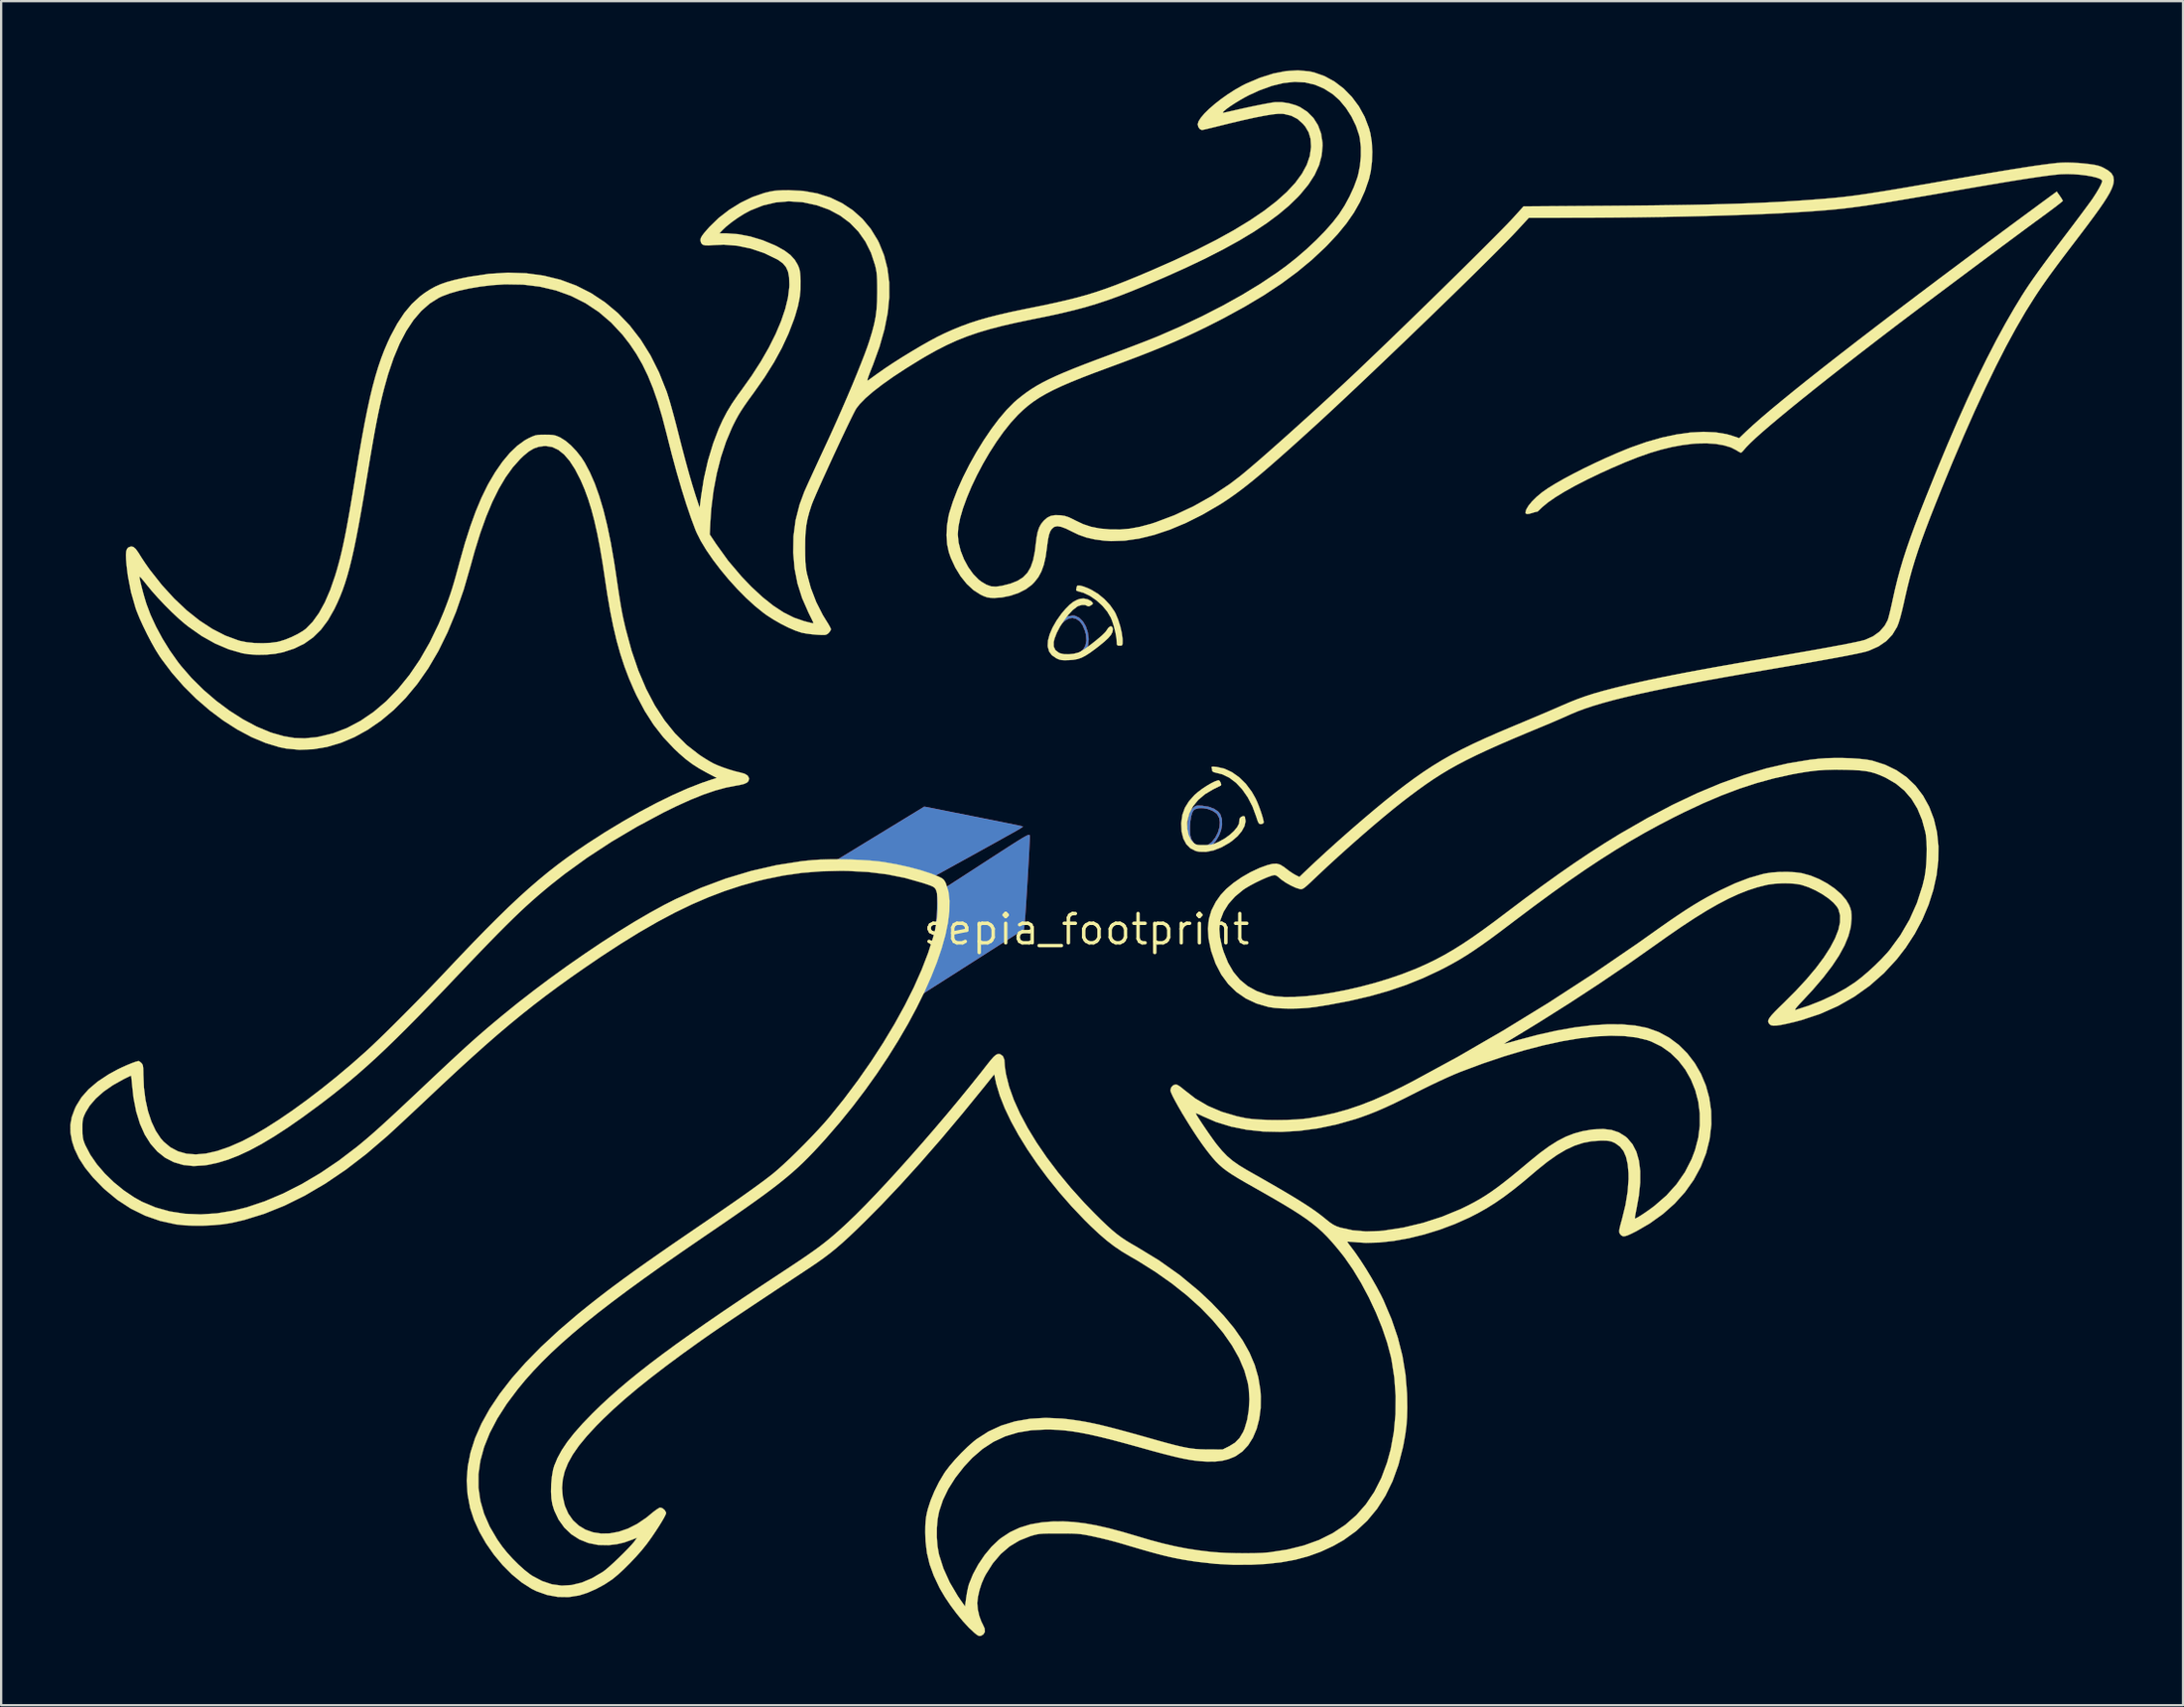
<source format=kicad_pcb>
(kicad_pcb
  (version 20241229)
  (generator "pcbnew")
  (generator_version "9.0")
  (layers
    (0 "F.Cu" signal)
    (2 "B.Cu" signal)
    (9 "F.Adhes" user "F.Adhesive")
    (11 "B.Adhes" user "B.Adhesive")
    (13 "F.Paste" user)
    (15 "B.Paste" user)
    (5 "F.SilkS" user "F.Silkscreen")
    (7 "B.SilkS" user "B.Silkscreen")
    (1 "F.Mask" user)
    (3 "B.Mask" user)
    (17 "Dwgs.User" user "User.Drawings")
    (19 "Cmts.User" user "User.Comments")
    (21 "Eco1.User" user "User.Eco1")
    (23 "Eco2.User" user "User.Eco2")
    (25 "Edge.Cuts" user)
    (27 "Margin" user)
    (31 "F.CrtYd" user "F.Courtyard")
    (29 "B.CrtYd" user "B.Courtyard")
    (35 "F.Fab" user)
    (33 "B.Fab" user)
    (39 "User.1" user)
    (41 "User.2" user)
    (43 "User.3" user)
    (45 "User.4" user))
  (footprint "sepia_footprint"
    (layer "F.Cu")
    (at 44.108 37.31)
    (property "Reference" "sepia_footprint" (at 0 0 0) (layer "F.SilkS") (effects (font (size 1.27 1.27) (thickness 0.15))))
    (attr through_hole)
    (fp_poly (pts (xy -0.488 -13.614) (xy -0.314 -13.529) (xy -0.16 -13.375) (xy -0.036 -13.168) (xy 0.05 -12.921) (xy 0.091 -12.651) (xy 0.093 -12.585) (xy 0.06 -12.321) (xy -0.041 -12.107) (xy -0.21 -11.943) (xy -0.447 -11.829) (xy -0.503 -11.812) (xy -0.676 -11.782) (xy -0.88 -11.772) (xy -1.081 -11.782) (xy -1.247 -11.812) (xy -1.295 -11.829) (xy -1.471 -11.946) (xy -1.584 -12.112) (xy -1.634 -12.317) (xy -1.627 -12.425) (xy -1.528 -12.425) (xy -1.513 -12.23) (xy -1.444 -12.066) (xy -1.321 -11.945) (xy -1.214 -11.897) (xy -1.037 -11.87) (xy -0.818 -11.875) (xy -0.593 -11.908) (xy -0.396 -11.967) (xy -0.344 -11.99) (xy -0.163 -12.127) (xy -0.048 -12.312) (xy -0.001 -12.54) (xy -0.023 -12.806) (xy -0.07 -12.978) (xy -0.171 -13.218) (xy -0.294 -13.384) (xy -0.446 -13.486) (xy -0.455 -13.49) (xy -0.605 -13.53) (xy -0.75 -13.511) (xy -0.904 -13.429) (xy -1.071 -13.293) (xy -1.26 -13.087) (xy -1.4 -12.865) (xy -1.49 -12.641) (xy -1.528 -12.425) (xy -1.627 -12.425) (xy -1.62 -12.552) (xy -1.54 -12.807) (xy -1.395 -13.074) (xy -1.39 -13.081) (xy -1.202 -13.318) (xy -0.999 -13.491) (xy -0.79 -13.597) (xy -0.585 -13.628) (xy -0.488 -13.614)) (stroke (width 0.01) (type solid)) (fill yes) (layer "F.Cu"))
    (fp_poly (pts (xy 4.963 -5.371) (xy 5.028 -5.367) (xy 5.304 -5.323) (xy 5.537 -5.237) (xy 5.714 -5.116) (xy 5.807 -4.996) (xy 5.875 -4.786) (xy 5.883 -4.552) (xy 5.838 -4.31) (xy 5.747 -4.073) (xy 5.618 -3.857) (xy 5.46 -3.675) (xy 5.279 -3.544) (xy 5.084 -3.477) (xy 5.01 -3.471) (xy 4.89 -3.491) (xy 4.757 -3.538) (xy 4.742 -3.545) (xy 4.579 -3.674) (xy 4.462 -3.868) (xy 4.395 -4.123) (xy 4.387 -4.278) (xy 4.487 -4.278) (xy 4.505 -4.081) (xy 4.544 -3.929) (xy 4.545 -3.925) (xy 4.667 -3.734) (xy 4.836 -3.611) (xy 5.038 -3.561) (xy 5.111 -3.579) (xy 5.22 -3.629) (xy 5.261 -3.653) (xy 5.446 -3.801) (xy 5.596 -3.991) (xy 5.706 -4.206) (xy 5.773 -4.432) (xy 5.792 -4.652) (xy 5.759 -4.85) (xy 5.67 -5.01) (xy 5.635 -5.045) (xy 5.471 -5.155) (xy 5.274 -5.231) (xy 5.067 -5.27) (xy 4.873 -5.269) (xy 4.714 -5.224) (xy 4.654 -5.183) (xy 4.593 -5.085) (xy 4.543 -4.923) (xy 4.508 -4.72) (xy 4.489 -4.498) (xy 4.487 -4.278) (xy 4.387 -4.278) (xy 4.378 -4.432) (xy 4.406 -4.749) (xy 4.436 -4.931) (xy 4.469 -5.054) (xy 4.514 -5.144) (xy 4.582 -5.225) (xy 4.601 -5.244) (xy 4.681 -5.32) (xy 4.749 -5.361) (xy 4.834 -5.376) (xy 4.963 -5.371)) (stroke (width 0.01) (type solid)) (fill yes) (layer "F.Cu"))
    (fp_poly (pts (xy -0.339 -13.642) (xy -0.167 -13.511) (xy -0.015 -13.311) (xy 0.093 -13.075) (xy 0.154 -12.82) (xy 0.169 -12.561) (xy 0.136 -12.317) (xy 0.056 -12.104) (xy -0.072 -11.939) (xy -0.115 -11.904) (xy -0.342 -11.785) (xy -0.607 -11.711) (xy -0.884 -11.685) (xy -1.147 -11.709) (xy -1.355 -11.779) (xy -1.541 -11.911) (xy -1.657 -12.085) (xy -1.709 -12.311) (xy -1.713 -12.406) (xy -1.675 -12.668) (xy -1.567 -12.941) (xy -1.398 -13.205) (xy -1.214 -13.409) (xy -0.982 -13.59) (xy -0.757 -13.69) (xy -0.541 -13.707) (xy -0.339 -13.642)) (stroke (width 0.01) (type solid)) (fill yes) (layer "F.Mask"))
    (fp_poly (pts (xy 5.287 -5.412) (xy 5.523 -5.331) (xy 5.555 -5.317) (xy 5.703 -5.237) (xy 5.8 -5.154) (xy 5.872 -5.041) (xy 5.887 -5.011) (xy 5.956 -4.777) (xy 5.96 -4.516) (xy 5.907 -4.246) (xy 5.803 -3.986) (xy 5.654 -3.753) (xy 5.468 -3.567) (xy 5.32 -3.475) (xy 5.114 -3.401) (xy 4.926 -3.399) (xy 4.73 -3.467) (xy 4.72 -3.471) (xy 4.53 -3.612) (xy 4.394 -3.815) (xy 4.314 -4.077) (xy 4.291 -4.396) (xy 4.317 -4.714) (xy 4.368 -4.978) (xy 4.438 -5.171) (xy 4.534 -5.308) (xy 4.663 -5.401) (xy 4.833 -5.449) (xy 5.049 -5.452) (xy 5.287 -5.412)) (stroke (width 0.01) (type solid)) (fill yes) (layer "F.Mask"))
    (fp_poly (pts (xy -0.488 -13.614) (xy -0.314 -13.529) (xy -0.16 -13.375) (xy -0.036 -13.168) (xy 0.05 -12.921) (xy 0.091 -12.651) (xy 0.093 -12.585) (xy 0.06 -12.321) (xy -0.041 -12.107) (xy -0.21 -11.943) (xy -0.447 -11.829) (xy -0.503 -11.812) (xy -0.676 -11.782) (xy -0.88 -11.772) (xy -1.081 -11.782) (xy -1.247 -11.812) (xy -1.295 -11.829) (xy -1.471 -11.946) (xy -1.584 -12.112) (xy -1.634 -12.317) (xy -1.627 -12.425) (xy -1.528 -12.425) (xy -1.513 -12.23) (xy -1.444 -12.066) (xy -1.321 -11.945) (xy -1.214 -11.897) (xy -1.037 -11.87) (xy -0.818 -11.875) (xy -0.593 -11.908) (xy -0.396 -11.967) (xy -0.344 -11.99) (xy -0.163 -12.127) (xy -0.048 -12.312) (xy -0.001 -12.54) (xy -0.023 -12.806) (xy -0.07 -12.978) (xy -0.171 -13.218) (xy -0.294 -13.384) (xy -0.446 -13.486) (xy -0.455 -13.49) (xy -0.605 -13.53) (xy -0.75 -13.511) (xy -0.904 -13.429) (xy -1.071 -13.293) (xy -1.26 -13.087) (xy -1.4 -12.865) (xy -1.49 -12.641) (xy -1.528 -12.425) (xy -1.627 -12.425) (xy -1.62 -12.552) (xy -1.54 -12.807) (xy -1.395 -13.074) (xy -1.39 -13.081) (xy -1.202 -13.318) (xy -0.999 -13.491) (xy -0.79 -13.597) (xy -0.585 -13.628) (xy -0.488 -13.614)) (stroke (width 0.01) (type solid)) (fill yes) (layer "B.Cu"))
    (fp_poly (pts (xy 4.963 -5.371) (xy 5.028 -5.367) (xy 5.304 -5.323) (xy 5.537 -5.237) (xy 5.714 -5.116) (xy 5.807 -4.996) (xy 5.875 -4.786) (xy 5.883 -4.552) (xy 5.838 -4.31) (xy 5.747 -4.073) (xy 5.618 -3.857) (xy 5.46 -3.675) (xy 5.279 -3.544) (xy 5.084 -3.477) (xy 5.01 -3.471) (xy 4.89 -3.491) (xy 4.757 -3.538) (xy 4.742 -3.545) (xy 4.579 -3.674) (xy 4.462 -3.868) (xy 4.395 -4.123) (xy 4.387 -4.278) (xy 4.487 -4.278) (xy 4.505 -4.081) (xy 4.544 -3.929) (xy 4.545 -3.925) (xy 4.667 -3.734) (xy 4.836 -3.611) (xy 5.038 -3.561) (xy 5.111 -3.579) (xy 5.22 -3.629) (xy 5.261 -3.653) (xy 5.446 -3.801) (xy 5.596 -3.991) (xy 5.706 -4.206) (xy 5.773 -4.432) (xy 5.792 -4.652) (xy 5.759 -4.85) (xy 5.67 -5.01) (xy 5.635 -5.045) (xy 5.471 -5.155) (xy 5.274 -5.231) (xy 5.067 -5.27) (xy 4.873 -5.269) (xy 4.714 -5.224) (xy 4.654 -5.183) (xy 4.593 -5.085) (xy 4.543 -4.923) (xy 4.508 -4.72) (xy 4.489 -4.498) (xy 4.487 -4.278) (xy 4.387 -4.278) (xy 4.378 -4.432) (xy 4.406 -4.749) (xy 4.436 -4.931) (xy 4.469 -5.054) (xy 4.514 -5.144) (xy 4.582 -5.225) (xy 4.601 -5.244) (xy 4.681 -5.32) (xy 4.749 -5.361) (xy 4.834 -5.376) (xy 4.963 -5.371)) (stroke (width 0.01) (type solid)) (fill yes) (layer "B.Cu"))
    (fp_poly (pts (xy -0.311 -13.641) (xy -0.127 -13.497) (xy 0.019 -13.278) (xy 0.022 -13.273) (xy 0.141 -12.962) (xy 0.192 -12.662) (xy 0.175 -12.385) (xy 0.089 -12.142) (xy 0.039 -12.06) (xy -0.101 -11.928) (xy -0.3 -11.82) (xy -0.536 -11.742) (xy -0.786 -11.699) (xy -1.028 -11.697) (xy -1.239 -11.739) (xy -1.291 -11.761) (xy -1.476 -11.868) (xy -1.594 -11.992) (xy -1.659 -12.153) (xy -1.686 -12.365) (xy -1.691 -12.537) (xy -1.677 -12.666) (xy -1.635 -12.793) (xy -1.57 -12.931) (xy -1.454 -13.124) (xy -1.303 -13.313) (xy -1.136 -13.482) (xy -0.968 -13.612) (xy -0.817 -13.689) (xy -0.78 -13.698) (xy -0.529 -13.709) (xy -0.311 -13.641)) (stroke (width 0.01) (type solid)) (fill yes) (layer "B.Mask"))
    (fp_poly (pts (xy 5.307 -5.426) (xy 5.534 -5.353) (xy 5.726 -5.247) (xy 5.808 -5.175) (xy 5.929 -4.987) (xy 5.988 -4.762) (xy 5.989 -4.513) (xy 5.938 -4.257) (xy 5.837 -4.009) (xy 5.693 -3.783) (xy 5.508 -3.595) (xy 5.319 -3.474) (xy 5.16 -3.41) (xy 5.027 -3.394) (xy 4.88 -3.423) (xy 4.865 -3.427) (xy 4.645 -3.535) (xy 4.477 -3.711) (xy 4.432 -3.785) (xy 4.391 -3.873) (xy 4.364 -3.966) (xy 4.348 -4.084) (xy 4.342 -4.248) (xy 4.341 -4.445) (xy 4.353 -4.761) (xy 4.389 -5.005) (xy 4.453 -5.188) (xy 4.547 -5.318) (xy 4.664 -5.401) (xy 4.846 -5.456) (xy 5.069 -5.462) (xy 5.307 -5.426)) (stroke (width 0.01) (type solid)) (fill yes) (layer "B.Mask"))
    (fp_poly (pts (xy 5.539 -7.068) (xy 5.645 -7.058) (xy 5.981 -6.982) (xy 6.311 -6.829) (xy 6.625 -6.607) (xy 6.915 -6.322) (xy 7.17 -5.983) (xy 7.329 -5.704) (xy 7.404 -5.543) (xy 7.48 -5.354) (xy 7.553 -5.155) (xy 7.616 -4.965) (xy 7.663 -4.801) (xy 7.688 -4.682) (xy 7.688 -4.631) (xy 7.632 -4.585) (xy 7.566 -4.572) (xy 7.513 -4.581) (xy 7.471 -4.62) (xy 7.43 -4.705) (xy 7.381 -4.851) (xy 7.366 -4.9) (xy 7.203 -5.341) (xy 6.998 -5.737) (xy 6.758 -6.082) (xy 6.489 -6.368) (xy 6.197 -6.589) (xy 5.889 -6.737) (xy 5.649 -6.797) (xy 5.528 -6.827) (xy 5.465 -6.867) (xy 5.461 -6.881) (xy 5.446 -6.967) (xy 5.433 -7.009) (xy 5.425 -7.05) (xy 5.455 -7.068) (xy 5.539 -7.068)) (stroke (width 0.01) (type solid)) (fill yes) (layer "F.SilkS"))
    (fp_poly (pts (xy -0.137 -14.894) (xy 0.062 -14.817) (xy 0.212 -14.747) (xy 0.501 -14.572) (xy 0.779 -14.342) (xy 1.025 -14.079) (xy 1.216 -13.804) (xy 1.263 -13.716) (xy 1.371 -13.457) (xy 1.462 -13.169) (xy 1.529 -12.881) (xy 1.563 -12.626) (xy 1.566 -12.545) (xy 1.564 -12.414) (xy 1.549 -12.347) (xy 1.51 -12.323) (xy 1.439 -12.319) (xy 1.354 -12.327) (xy 1.319 -12.368) (xy 1.312 -12.469) (xy 1.312 -12.469) (xy 1.296 -12.665) (xy 1.252 -12.906) (xy 1.188 -13.162) (xy 1.111 -13.401) (xy 1.057 -13.536) (xy 0.9 -13.803) (xy 0.686 -14.059) (xy 0.431 -14.29) (xy 0.153 -14.481) (xy -0.128 -14.617) (xy -0.323 -14.672) (xy -0.424 -14.703) (xy -0.451 -14.748) (xy -0.447 -14.762) (xy -0.425 -14.862) (xy -0.423 -14.889) (xy -0.389 -14.932) (xy -0.29 -14.933) (xy -0.137 -14.894)) (stroke (width 0.01) (type solid)) (fill yes) (layer "F.SilkS"))
    (fp_poly (pts (xy 5.783 -6.444) (xy 5.824 -6.369) (xy 5.846 -6.292) (xy 5.837 -6.251) (xy 5.794 -6.229) (xy 5.694 -6.179) (xy 5.555 -6.111) (xy 5.503 -6.086) (xy 5.15 -5.878) (xy 4.854 -5.629) (xy 4.623 -5.346) (xy 4.462 -5.038) (xy 4.379 -4.711) (xy 4.372 -4.645) (xy 4.376 -4.36) (xy 4.431 -4.101) (xy 4.532 -3.888) (xy 4.616 -3.788) (xy 4.687 -3.725) (xy 4.755 -3.688) (xy 4.844 -3.669) (xy 4.979 -3.662) (xy 5.093 -3.662) (xy 5.281 -3.666) (xy 5.423 -3.684) (xy 5.557 -3.725) (xy 5.72 -3.796) (xy 5.757 -3.814) (xy 6.001 -3.95) (xy 6.219 -4.107) (xy 6.402 -4.275) (xy 6.539 -4.442) (xy 6.621 -4.598) (xy 6.636 -4.732) (xy 6.633 -4.746) (xy 6.646 -4.818) (xy 6.704 -4.881) (xy 6.781 -4.918) (xy 6.849 -4.916) (xy 6.875 -4.885) (xy 6.904 -4.695) (xy 6.858 -4.487) (xy 6.741 -4.271) (xy 6.56 -4.053) (xy 6.318 -3.845) (xy 6.19 -3.755) (xy 5.849 -3.562) (xy 5.512 -3.432) (xy 5.189 -3.368) (xy 4.893 -3.373) (xy 4.736 -3.408) (xy 4.51 -3.523) (xy 4.332 -3.703) (xy 4.204 -3.944) (xy 4.13 -4.239) (xy 4.112 -4.583) (xy 4.114 -4.634) (xy 4.162 -4.976) (xy 4.271 -5.282) (xy 4.449 -5.569) (xy 4.689 -5.838) (xy 4.836 -5.966) (xy 5.015 -6.1) (xy 5.208 -6.228) (xy 5.398 -6.34) (xy 5.567 -6.425) (xy 5.697 -6.471) (xy 5.739 -6.477) (xy 5.783 -6.444)) (stroke (width 0.01) (type solid)) (fill yes) (layer "F.SilkS"))
    (fp_poly (pts (xy 0.051 -14.334) (xy 0.193 -14.261) (xy 0.23 -14.227) (xy 0.275 -14.168) (xy 0.264 -14.125) (xy 0.192 -14.073) (xy 0.1 -14.027) (xy 0.04 -14.041) (xy 0.032 -14.048) (xy -0.063 -14.09) (xy -0.199 -14.09) (xy -0.344 -14.049) (xy -0.406 -14.017) (xy -0.594 -13.871) (xy -0.789 -13.663) (xy -0.98 -13.415) (xy -1.152 -13.146) (xy -1.293 -12.876) (xy -1.39 -12.624) (xy -1.424 -12.475) (xy -1.421 -12.278) (xy -1.349 -12.128) (xy -1.203 -12.017) (xy -1.15 -11.993) (xy -0.982 -11.954) (xy -0.77 -11.948) (xy -0.547 -11.972) (xy -0.345 -12.025) (xy -0.268 -12.059) (xy -0.14 -12.136) (xy 0.024 -12.248) (xy 0.206 -12.384) (xy 0.391 -12.53) (xy 0.565 -12.675) (xy 0.712 -12.805) (xy 0.816 -12.91) (xy 0.856 -12.962) (xy 0.945 -13.093) (xy 1.029 -13.159) (xy 1.096 -13.158) (xy 1.136 -13.088) (xy 1.143 -13.018) (xy 1.123 -12.908) (xy 1.059 -12.789) (xy 0.944 -12.653) (xy 0.772 -12.492) (xy 0.536 -12.3) (xy 0.41 -12.203) (xy 0.164 -12.022) (xy -0.039 -11.891) (xy -0.216 -11.8) (xy -0.385 -11.742) (xy -0.566 -11.709) (xy -0.762 -11.694) (xy -0.951 -11.689) (xy -1.083 -11.697) (xy -1.188 -11.721) (xy -1.292 -11.767) (xy -1.31 -11.776) (xy -1.5 -11.905) (xy -1.619 -12.063) (xy -1.678 -12.267) (xy -1.684 -12.316) (xy -1.671 -12.546) (xy -1.599 -12.815) (xy -1.473 -13.107) (xy -1.301 -13.409) (xy -1.09 -13.707) (xy -0.916 -13.913) (xy -0.734 -14.097) (xy -0.574 -14.224) (xy -0.413 -14.31) (xy -0.28 -14.356) (xy -0.12 -14.369) (xy 0.051 -14.334)) (stroke (width 0.01) (type solid)) (fill yes) (layer "F.SilkS"))
    (fp_poly (pts (xy 42.243 -31.857) (xy 42.317 -31.747) (xy 42.365 -31.665) (xy 42.374 -31.637) (xy 42.341 -31.604) (xy 42.248 -31.528) (xy 42.104 -31.416) (xy 41.919 -31.276) (xy 41.701 -31.114) (xy 41.475 -30.948) (xy 41.228 -30.767) (xy 40.922 -30.542) (xy 40.565 -30.278) (xy 40.166 -29.982) (xy 39.732 -29.66) (xy 39.271 -29.317) (xy 38.793 -28.961) (xy 38.305 -28.597) (xy 37.816 -28.232) (xy 37.334 -27.871) (xy 36.866 -27.521) (xy 36.423 -27.188) (xy 36.011 -26.878) (xy 35.639 -26.598) (xy 35.315 -26.353) (xy 35.073 -26.169) (xy 34.311 -25.586) (xy 33.584 -25.025) (xy 32.894 -24.489) (xy 32.245 -23.98) (xy 31.638 -23.499) (xy 31.077 -23.049) (xy 30.564 -22.633) (xy 30.102 -22.252) (xy 29.693 -21.908) (xy 29.34 -21.604) (xy 29.046 -21.342) (xy 28.814 -21.124) (xy 28.646 -20.952) (xy 28.574 -20.869) (xy 28.491 -20.773) (xy 28.426 -20.712) (xy 28.404 -20.701) (xy 28.349 -20.723) (xy 28.254 -20.778) (xy 28.211 -20.807) (xy 27.974 -20.929) (xy 27.67 -21.021) (xy 27.315 -21.083) (xy 26.922 -21.111) (xy 26.505 -21.104) (xy 26.313 -21.089) (xy 25.861 -21.032) (xy 25.408 -20.949) (xy 24.945 -20.836) (xy 24.461 -20.692) (xy 23.946 -20.511) (xy 23.39 -20.291) (xy 22.781 -20.029) (xy 22.31 -19.815) (xy 21.731 -19.537) (xy 21.208 -19.268) (xy 20.746 -19.01) (xy 20.35 -18.767) (xy 20.025 -18.541) (xy 19.776 -18.334) (xy 19.724 -18.284) (xy 19.634 -18.197) (xy 19.573 -18.145) (xy 19.558 -18.138) (xy 19.523 -18.137) (xy 19.433 -18.112) (xy 19.383 -18.096) (xy 19.205 -18.045) (xy 19.095 -18.042) (xy 19.051 -18.087) (xy 19.05 -18.099) (xy 19.085 -18.233) (xy 19.184 -18.4) (xy 19.337 -18.587) (xy 19.537 -18.784) (xy 19.773 -18.981) (xy 19.791 -18.994) (xy 20.034 -19.163) (xy 20.346 -19.356) (xy 20.714 -19.566) (xy 21.127 -19.787) (xy 21.572 -20.014) (xy 22.04 -20.24) (xy 22.517 -20.461) (xy 22.993 -20.67) (xy 23.455 -20.861) (xy 23.632 -20.931) (xy 24.309 -21.169) (xy 24.969 -21.357) (xy 25.606 -21.493) (xy 26.212 -21.578) (xy 26.781 -21.608) (xy 27.304 -21.585) (xy 27.776 -21.508) (xy 28.015 -21.439) (xy 28.329 -21.334) (xy 28.632 -21.625) (xy 28.915 -21.887) (xy 29.266 -22.197) (xy 29.682 -22.552) (xy 30.163 -22.951) (xy 30.706 -23.394) (xy 31.31 -23.878) (xy 31.973 -24.402) (xy 32.693 -24.965) (xy 33.468 -25.565) (xy 34.297 -26.202) (xy 35.177 -26.873) (xy 36.108 -27.578) (xy 37.086 -28.315) (xy 38.112 -29.082) (xy 39.182 -29.879) (xy 40.295 -30.704) (xy 41.449 -31.555) (xy 41.894 -31.882) (xy 42.111 -32.041) (xy 42.243 -31.857)) (stroke (width 0.01) (type solid)) (fill yes) (layer "F.SilkS"))
    (fp_poly (pts (xy 9.664 -37.261) (xy 9.876 -37.215) (xy 10.334 -37.053) (xy 10.765 -36.817) (xy 11.162 -36.514) (xy 11.517 -36.152) (xy 11.823 -35.74) (xy 12.073 -35.285) (xy 12.26 -34.795) (xy 12.322 -34.561) (xy 12.382 -34.187) (xy 12.404 -33.768) (xy 12.389 -33.337) (xy 12.338 -32.923) (xy 12.259 -32.58) (xy 12.083 -32.069) (xy 11.867 -31.586) (xy 11.602 -31.12) (xy 11.283 -30.66) (xy 10.901 -30.193) (xy 10.449 -29.709) (xy 10.352 -29.612) (xy 9.774 -29.071) (xy 9.142 -28.548) (xy 8.45 -28.037) (xy 7.692 -27.536) (xy 6.863 -27.041) (xy 5.957 -26.546) (xy 5.736 -26.432) (xy 5.249 -26.186) (xy 4.777 -25.956) (xy 4.309 -25.737) (xy 3.831 -25.525) (xy 3.333 -25.313) (xy 2.802 -25.098) (xy 2.225 -24.872) (xy 1.59 -24.632) (xy 0.968 -24.402) (xy 0.353 -24.174) (xy -0.188 -23.966) (xy -0.662 -23.774) (xy -1.078 -23.595) (xy -1.442 -23.424) (xy -1.762 -23.257) (xy -2.046 -23.092) (xy -2.3 -22.923) (xy -2.532 -22.747) (xy -2.75 -22.56) (xy -2.961 -22.359) (xy -2.985 -22.335) (xy -3.297 -21.992) (xy -3.61 -21.598) (xy -3.917 -21.165) (xy -4.214 -20.701) (xy -4.495 -20.218) (xy -4.755 -19.726) (xy -4.989 -19.235) (xy -5.191 -18.755) (xy -5.358 -18.297) (xy -5.483 -17.87) (xy -5.561 -17.486) (xy -5.587 -17.157) (xy -5.554 -16.805) (xy -5.461 -16.439) (xy -5.319 -16.076) (xy -5.135 -15.735) (xy -4.919 -15.433) (xy -4.679 -15.189) (xy -4.562 -15.1) (xy -4.343 -14.97) (xy -4.146 -14.9) (xy -3.939 -14.885) (xy -3.691 -14.918) (xy -3.666 -14.923) (xy -3.299 -15.016) (xy -2.998 -15.135) (xy -2.756 -15.288) (xy -2.566 -15.484) (xy -2.422 -15.731) (xy -2.316 -16.037) (xy -2.241 -16.412) (xy -2.205 -16.707) (xy -2.166 -17.018) (xy -2.118 -17.262) (xy -2.054 -17.453) (xy -1.969 -17.609) (xy -1.857 -17.745) (xy -1.839 -17.764) (xy -1.694 -17.887) (xy -1.543 -17.959) (xy -1.362 -17.989) (xy -1.128 -17.983) (xy -1.098 -17.98) (xy -0.936 -17.954) (xy -0.769 -17.899) (xy -0.571 -17.805) (xy -0.49 -17.762) (xy -0.15 -17.6) (xy 0.196 -17.485) (xy 0.574 -17.41) (xy 1.006 -17.371) (xy 1.041 -17.369) (xy 1.466 -17.366) (xy 1.88 -17.403) (xy 2.307 -17.481) (xy 2.769 -17.605) (xy 2.985 -17.673) (xy 3.816 -17.987) (xy 4.642 -18.374) (xy 5.445 -18.825) (xy 6.205 -19.331) (xy 6.647 -19.667) (xy 6.881 -19.859) (xy 7.169 -20.103) (xy 7.506 -20.392) (xy 7.882 -20.721) (xy 8.292 -21.084) (xy 8.729 -21.473) (xy 9.185 -21.883) (xy 9.654 -22.307) (xy 10.129 -22.74) (xy 10.602 -23.175) (xy 11.067 -23.606) (xy 11.217 -23.746) (xy 11.529 -24.038) (xy 11.877 -24.368) (xy 12.257 -24.731) (xy 12.664 -25.121) (xy 13.093 -25.533) (xy 13.537 -25.963) (xy 13.993 -26.405) (xy 14.455 -26.854) (xy 14.917 -27.305) (xy 15.374 -27.752) (xy 15.822 -28.192) (xy 16.254 -28.618) (xy 16.666 -29.025) (xy 17.053 -29.409) (xy 17.408 -29.764) (xy 17.728 -30.085) (xy 18.007 -30.367) (xy 18.239 -30.605) (xy 18.419 -30.793) (xy 18.525 -30.907) (xy 18.968 -31.398) (xy 22.745 -31.425) (xy 23.732 -31.433) (xy 24.642 -31.442) (xy 25.482 -31.453) (xy 26.258 -31.465) (xy 26.978 -31.48) (xy 27.648 -31.497) (xy 28.277 -31.516) (xy 28.87 -31.537) (xy 29.435 -31.562) (xy 29.98 -31.589) (xy 30.51 -31.62) (xy 31.034 -31.654) (xy 31.517 -31.689) (xy 31.811 -31.712) (xy 32.083 -31.733) (xy 32.339 -31.756) (xy 32.586 -31.779) (xy 32.832 -31.805) (xy 33.083 -31.835) (xy 33.347 -31.868) (xy 33.629 -31.908) (xy 33.937 -31.953) (xy 34.278 -32.006) (xy 34.659 -32.067) (xy 35.086 -32.138) (xy 35.567 -32.219) (xy 36.108 -32.312) (xy 36.716 -32.417) (xy 37.398 -32.535) (xy 37.651 -32.579) (xy 38.426 -32.712) (xy 39.122 -32.831) (xy 39.742 -32.934) (xy 40.292 -33.024) (xy 40.774 -33.1) (xy 41.193 -33.163) (xy 41.552 -33.213) (xy 41.856 -33.252) (xy 42.108 -33.28) (xy 42.312 -33.297) (xy 42.544 -33.303) (xy 42.829 -33.295) (xy 43.139 -33.274) (xy 43.291 -33.26) (xy 43.554 -33.23) (xy 43.753 -33.2) (xy 43.905 -33.166) (xy 44.031 -33.124) (xy 44.124 -33.082) (xy 44.343 -32.958) (xy 44.487 -32.833) (xy 44.566 -32.696) (xy 44.588 -32.539) (xy 44.577 -32.423) (xy 44.546 -32.296) (xy 44.49 -32.152) (xy 44.408 -31.984) (xy 44.293 -31.787) (xy 44.144 -31.555) (xy 43.957 -31.283) (xy 43.727 -30.964) (xy 43.452 -30.593) (xy 43.128 -30.164) (xy 43.03 -30.035) (xy 42.698 -29.6) (xy 42.412 -29.222) (xy 42.164 -28.892) (xy 41.95 -28.602) (xy 41.761 -28.343) (xy 41.592 -28.104) (xy 41.436 -27.879) (xy 41.286 -27.657) (xy 41.164 -27.471) (xy 40.757 -26.823) (xy 40.34 -26.106) (xy 39.911 -25.317) (xy 39.471 -24.455) (xy 39.017 -23.519) (xy 38.549 -22.506) (xy 38.067 -21.415) (xy 37.569 -20.245) (xy 37.104 -19.113) (xy 36.846 -18.471) (xy 36.619 -17.895) (xy 36.421 -17.376) (xy 36.247 -16.902) (xy 36.095 -16.464) (xy 35.96 -16.05) (xy 35.84 -15.651) (xy 35.731 -15.256) (xy 35.63 -14.855) (xy 35.533 -14.437) (xy 35.478 -14.188) (xy 35.4 -13.851) (xy 35.324 -13.557) (xy 35.252 -13.319) (xy 35.187 -13.15) (xy 35.183 -13.14) (xy 34.98 -12.803) (xy 34.711 -12.519) (xy 34.376 -12.289) (xy 33.977 -12.112) (xy 33.846 -12.069) (xy 33.699 -12.032) (xy 33.472 -11.982) (xy 33.168 -11.92) (xy 32.79 -11.847) (xy 32.342 -11.764) (xy 31.827 -11.671) (xy 31.248 -11.569) (xy 30.609 -11.458) (xy 29.912 -11.339) (xy 29.824 -11.324) (xy 28.764 -11.142) (xy 27.784 -10.97) (xy 26.882 -10.807) (xy 26.053 -10.651) (xy 25.294 -10.502) (xy 24.601 -10.36) (xy 23.971 -10.223) (xy 23.4 -10.09) (xy 22.885 -9.962) (xy 22.423 -9.836) (xy 22.009 -9.713) (xy 21.64 -9.591) (xy 21.313 -9.47) (xy 21.024 -9.348) (xy 20.987 -9.332) (xy 20.77 -9.234) (xy 20.501 -9.116) (xy 20.207 -8.99) (xy 19.915 -8.867) (xy 19.754 -8.8) (xy 19.056 -8.51) (xy 18.43 -8.245) (xy 17.868 -8.001) (xy 17.361 -7.773) (xy 16.902 -7.558) (xy 16.483 -7.351) (xy 16.096 -7.148) (xy 15.734 -6.945) (xy 15.388 -6.737) (xy 15.05 -6.52) (xy 14.714 -6.29) (xy 14.37 -6.043) (xy 14.01 -5.775) (xy 13.73 -5.56) (xy 13.346 -5.255) (xy 12.915 -4.901) (xy 12.448 -4.507) (xy 11.959 -4.085) (xy 11.459 -3.645) (xy 10.96 -3.197) (xy 10.475 -2.753) (xy 10.015 -2.322) (xy 9.913 -2.225) (xy 9.721 -2.042) (xy 9.579 -1.911) (xy 9.475 -1.824) (xy 9.4 -1.773) (xy 9.342 -1.75) (xy 9.292 -1.748) (xy 9.264 -1.752) (xy 9.087 -1.807) (xy 8.876 -1.904) (xy 8.66 -2.024) (xy 8.471 -2.154) (xy 8.408 -2.206) (xy 8.297 -2.301) (xy 8.221 -2.349) (xy 8.153 -2.36) (xy 8.067 -2.341) (xy 8.03 -2.331) (xy 7.839 -2.262) (xy 7.603 -2.16) (xy 7.348 -2.037) (xy 7.102 -1.906) (xy 6.889 -1.78) (xy 6.798 -1.718) (xy 6.448 -1.429) (xy 6.163 -1.109) (xy 5.95 -0.767) (xy 5.813 -0.411) (xy 5.794 -0.333) (xy 5.764 -0.02) (xy 5.794 0.344) (xy 5.883 0.751) (xy 5.95 0.968) (xy 6.142 1.443) (xy 6.377 1.848) (xy 6.659 2.185) (xy 6.993 2.46) (xy 7.383 2.675) (xy 7.832 2.836) (xy 7.86 2.843) (xy 8.192 2.906) (xy 8.593 2.935) (xy 9.051 2.931) (xy 9.558 2.897) (xy 10.104 2.835) (xy 10.681 2.745) (xy 11.278 2.629) (xy 11.886 2.49) (xy 12.496 2.329) (xy 13.098 2.147) (xy 13.684 1.947) (xy 14.243 1.729) (xy 14.393 1.666) (xy 14.788 1.489) (xy 15.17 1.302) (xy 15.549 1.1) (xy 15.933 0.876) (xy 16.332 0.625) (xy 16.757 0.34) (xy 17.217 0.016) (xy 17.721 -0.354) (xy 18.203 -0.718) (xy 19.018 -1.333) (xy 19.781 -1.894) (xy 20.498 -2.409) (xy 21.179 -2.882) (xy 21.833 -3.32) (xy 22.466 -3.727) (xy 23.088 -4.111) (xy 23.22 -4.189) (xy 24.349 -4.838) (xy 25.442 -5.412) (xy 26.501 -5.914) (xy 27.529 -6.343) (xy 28.53 -6.702) (xy 29.505 -6.992) (xy 30.459 -7.213) (xy 31.393 -7.367) (xy 31.767 -7.41) (xy 32.092 -7.434) (xy 32.452 -7.446) (xy 32.826 -7.445) (xy 33.196 -7.432) (xy 33.543 -7.409) (xy 33.846 -7.376) (xy 34.087 -7.333) (xy 34.112 -7.327) (xy 34.663 -7.151) (xy 35.158 -6.911) (xy 35.596 -6.609) (xy 35.979 -6.242) (xy 36.306 -5.812) (xy 36.574 -5.327) (xy 36.779 -4.79) (xy 36.913 -4.217) (xy 36.975 -3.617) (xy 36.969 -2.995) (xy 36.895 -2.359) (xy 36.754 -1.716) (xy 36.549 -1.073) (xy 36.281 -0.436) (xy 35.95 0.187) (xy 35.559 0.79) (xy 35.172 1.291) (xy 34.61 1.9) (xy 33.994 2.443) (xy 33.327 2.919) (xy 32.611 3.327) (xy 31.846 3.667) (xy 31.036 3.936) (xy 30.731 4.017) (xy 30.402 4.094) (xy 30.146 4.147) (xy 29.952 4.175) (xy 29.812 4.18) (xy 29.717 4.163) (xy 29.662 4.129) (xy 29.611 4.068) (xy 29.587 4.006) (xy 29.595 3.934) (xy 29.642 3.844) (xy 29.731 3.729) (xy 29.869 3.58) (xy 30.06 3.388) (xy 30.251 3.203) (xy 30.783 2.671) (xy 31.253 2.162) (xy 31.66 1.677) (xy 32.003 1.218) (xy 32.28 0.787) (xy 32.49 0.387) (xy 32.633 0.02) (xy 32.706 -0.312) (xy 32.709 -0.607) (xy 32.641 -0.863) (xy 32.578 -0.978) (xy 32.423 -1.16) (xy 32.203 -1.348) (xy 31.937 -1.53) (xy 31.64 -1.696) (xy 31.333 -1.834) (xy 31.032 -1.934) (xy 31.03 -1.935) (xy 30.794 -1.977) (xy 30.503 -1.999) (xy 30.186 -2.001) (xy 29.87 -1.983) (xy 29.582 -1.944) (xy 29.507 -1.929) (xy 29.116 -1.83) (xy 28.717 -1.701) (xy 28.304 -1.538) (xy 27.871 -1.34) (xy 27.413 -1.101) (xy 26.922 -0.82) (xy 26.393 -0.492) (xy 25.819 -0.114) (xy 25.194 0.316) (xy 24.745 0.635) (xy 23.522 1.496) (xy 22.243 2.363) (xy 20.932 3.22) (xy 19.616 4.05) (xy 18.595 4.673) (xy 18.418 4.779) (xy 18.271 4.87) (xy 18.167 4.935) (xy 18.12 4.967) (xy 18.119 4.969) (xy 18.157 4.962) (xy 18.263 4.935) (xy 18.422 4.892) (xy 18.621 4.836) (xy 18.743 4.801) (xy 19.603 4.573) (xy 20.425 4.39) (xy 21.206 4.253) (xy 21.941 4.163) (xy 22.624 4.12) (xy 23.253 4.124) (xy 23.822 4.176) (xy 24.326 4.276) (xy 24.339 4.28) (xy 24.832 4.455) (xy 25.289 4.702) (xy 25.706 5.014) (xy 26.078 5.385) (xy 26.401 5.807) (xy 26.671 6.274) (xy 26.882 6.779) (xy 27.03 7.316) (xy 27.111 7.877) (xy 27.12 8.456) (xy 27.12 8.469) (xy 27.046 9.104) (xy 26.892 9.72) (xy 26.66 10.311) (xy 26.354 10.875) (xy 25.976 11.408) (xy 25.529 11.904) (xy 25.016 12.36) (xy 24.439 12.772) (xy 23.871 13.101) (xy 23.648 13.213) (xy 23.486 13.286) (xy 23.37 13.322) (xy 23.287 13.324) (xy 23.224 13.295) (xy 23.184 13.258) (xy 23.145 13.208) (xy 23.124 13.154) (xy 23.122 13.079) (xy 23.14 12.969) (xy 23.18 12.809) (xy 23.242 12.584) (xy 23.393 11.969) (xy 23.488 11.387) (xy 23.528 10.849) (xy 23.526 10.583) (xy 23.491 10.196) (xy 23.42 9.88) (xy 23.31 9.627) (xy 23.156 9.433) (xy 22.957 9.288) (xy 22.914 9.266) (xy 22.801 9.217) (xy 22.689 9.188) (xy 22.551 9.174) (xy 22.361 9.171) (xy 22.31 9.172) (xy 21.926 9.198) (xy 21.554 9.269) (xy 21.185 9.39) (xy 20.81 9.564) (xy 20.419 9.796) (xy 20.003 10.09) (xy 19.554 10.451) (xy 19.441 10.548) (xy 18.962 10.953) (xy 18.528 11.303) (xy 18.126 11.606) (xy 17.743 11.871) (xy 17.368 12.107) (xy 16.989 12.321) (xy 16.616 12.511) (xy 15.978 12.796) (xy 15.317 13.043) (xy 14.648 13.249) (xy 13.981 13.412) (xy 13.331 13.528) (xy 12.709 13.595) (xy 12.129 13.61) (xy 11.772 13.589) (xy 11.589 13.573) (xy 11.441 13.562) (xy 11.345 13.557) (xy 11.319 13.559) (xy 11.337 13.595) (xy 11.395 13.677) (xy 11.458 13.76) (xy 11.666 14.037) (xy 11.896 14.372) (xy 12.135 14.744) (xy 12.37 15.133) (xy 12.59 15.519) (xy 12.781 15.881) (xy 12.889 16.101) (xy 13.237 16.921) (xy 13.51 17.722) (xy 13.711 18.517) (xy 13.843 19.32) (xy 13.911 20.144) (xy 13.916 20.3) (xy 13.923 20.769) (xy 13.913 21.183) (xy 13.883 21.569) (xy 13.832 21.955) (xy 13.757 22.37) (xy 13.73 22.5) (xy 13.536 23.259) (xy 13.284 23.956) (xy 12.975 24.591) (xy 12.608 25.164) (xy 12.184 25.676) (xy 11.701 26.127) (xy 11.159 26.517) (xy 10.71 26.772) (xy 10.175 27.02) (xy 9.629 27.219) (xy 9.059 27.372) (xy 8.45 27.483) (xy 7.79 27.555) (xy 7.154 27.588) (xy 6.368 27.591) (xy 5.607 27.551) (xy 4.831 27.464) (xy 4.6 27.431) (xy 4.326 27.388) (xy 4.073 27.344) (xy 3.827 27.296) (xy 3.577 27.242) (xy 3.312 27.178) (xy 3.02 27.102) (xy 2.691 27.012) (xy 2.311 26.903) (xy 1.87 26.773) (xy 1.524 26.67) (xy 1.257 26.594) (xy 0.944 26.512) (xy 0.623 26.433) (xy 0.333 26.368) (xy 0.318 26.364) (xy 0.094 26.318) (xy -0.091 26.283) (xy -0.257 26.259) (xy -0.424 26.243) (xy -0.613 26.234) (xy -0.843 26.23) (xy -1.134 26.229) (xy -1.185 26.229) (xy -1.482 26.229) (xy -1.71 26.232) (xy -1.885 26.238) (xy -2.023 26.249) (xy -2.141 26.267) (xy -2.255 26.293) (xy -2.38 26.329) (xy -2.434 26.345) (xy -2.908 26.533) (xy -3.338 26.793) (xy -3.724 27.124) (xy -4.068 27.529) (xy -4.369 28.006) (xy -4.442 28.146) (xy -4.553 28.404) (xy -4.645 28.69) (xy -4.71 28.975) (xy -4.74 29.225) (xy -4.741 29.271) (xy -4.718 29.533) (xy -4.654 29.812) (xy -4.56 30.066) (xy -4.506 30.17) (xy -4.422 30.356) (xy -4.411 30.501) (xy -4.474 30.608) (xy -4.497 30.626) (xy -4.585 30.676) (xy -4.661 30.682) (xy -4.75 30.637) (xy -4.858 30.552) (xy -5.102 30.325) (xy -5.366 30.038) (xy -5.636 29.71) (xy -5.898 29.359) (xy -6.138 29.003) (xy -6.341 28.66) (xy -6.387 28.575) (xy -6.631 28.058) (xy -6.809 27.565) (xy -6.925 27.075) (xy -6.985 26.57) (xy -6.997 26.183) (xy -6.994 25.916) (xy -6.983 25.706) (xy -6.963 25.527) (xy -6.93 25.35) (xy -6.885 25.167) (xy -6.765 24.795) (xy -6.599 24.394) (xy -6.401 23.995) (xy -6.183 23.629) (xy -6.128 23.545) (xy -5.937 23.294) (xy -5.699 23.016) (xy -5.433 22.733) (xy -5.16 22.466) (xy -4.9 22.236) (xy -4.766 22.131) (xy -4.255 21.803) (xy -3.699 21.547) (xy -3.1 21.363) (xy -2.458 21.251) (xy -1.773 21.211) (xy -1.046 21.243) (xy -0.779 21.272) (xy -0.504 21.309) (xy -0.234 21.35) (xy 0.04 21.399) (xy 0.329 21.458) (xy 0.643 21.529) (xy 0.991 21.615) (xy 1.383 21.717) (xy 1.83 21.838) (xy 2.34 21.98) (xy 2.731 22.09) (xy 3.169 22.214) (xy 3.539 22.316) (xy 3.85 22.397) (xy 4.115 22.46) (xy 4.345 22.507) (xy 4.551 22.54) (xy 4.745 22.562) (xy 4.938 22.575) (xy 5.142 22.581) (xy 5.271 22.582) (xy 5.907 22.585) (xy 6.194 22.443) (xy 6.446 22.287) (xy 6.643 22.084) (xy 6.799 21.822) (xy 6.861 21.675) (xy 6.974 21.291) (xy 7.044 20.861) (xy 7.069 20.412) (xy 7.046 19.971) (xy 7.003 19.694) (xy 6.853 19.156) (xy 6.622 18.611) (xy 6.312 18.062) (xy 5.929 17.512) (xy 5.473 16.966) (xy 4.949 16.425) (xy 4.359 15.894) (xy 3.706 15.375) (xy 2.995 14.873) (xy 2.226 14.39) (xy 1.867 14.182) (xy 1.525 13.977) (xy 1.199 13.756) (xy 0.876 13.507) (xy 0.542 13.219) (xy 0.182 12.881) (xy -0.088 12.614) (xy -0.647 12.026) (xy -1.179 11.418) (xy -1.679 10.798) (xy -2.143 10.173) (xy -2.567 9.55) (xy -2.945 8.936) (xy -3.274 8.338) (xy -3.548 7.764) (xy -3.763 7.221) (xy -3.914 6.717) (xy -3.949 6.558) (xy -4.004 6.29) (xy -4.443 6.839) (xy -5.397 8.01) (xy -6.321 9.11) (xy -7.215 10.136) (xy -8.078 11.089) (xy -8.908 11.967) (xy -9.616 12.68) (xy -9.981 13.037) (xy -10.302 13.342) (xy -10.591 13.606) (xy -10.86 13.839) (xy -11.123 14.053) (xy -11.393 14.257) (xy -11.681 14.463) (xy -12.001 14.681) (xy -12.129 14.765) (xy -12.82 15.222) (xy -13.445 15.636) (xy -14.007 16.009) (xy -14.511 16.344) (xy -14.961 16.644) (xy -15.361 16.912) (xy -15.714 17.151) (xy -16.026 17.363) (xy -16.301 17.551) (xy -16.542 17.719) (xy -16.722 17.845) (xy -17.513 18.413) (xy -18.234 18.947) (xy -18.891 19.451) (xy -19.489 19.93) (xy -20.033 20.388) (xy -20.528 20.829) (xy -20.98 21.259) (xy -21.273 21.553) (xy -21.686 22) (xy -22.028 22.415) (xy -22.3 22.806) (xy -22.506 23.178) (xy -22.65 23.538) (xy -22.734 23.894) (xy -22.761 24.251) (xy -22.736 24.617) (xy -22.735 24.621) (xy -22.644 25.021) (xy -22.493 25.367) (xy -22.289 25.657) (xy -22.037 25.89) (xy -21.746 26.065) (xy -21.42 26.18) (xy -21.066 26.234) (xy -20.691 26.227) (xy -20.302 26.155) (xy -19.903 26.019) (xy -19.503 25.816) (xy -19.106 25.546) (xy -18.944 25.413) (xy -18.792 25.288) (xy -18.655 25.187) (xy -18.55 25.122) (xy -18.5 25.104) (xy -18.399 25.137) (xy -18.305 25.219) (xy -18.25 25.317) (xy -18.246 25.347) (xy -18.27 25.418) (xy -18.335 25.546) (xy -18.434 25.717) (xy -18.558 25.918) (xy -18.701 26.137) (xy -18.853 26.362) (xy -19.007 26.579) (xy -19.106 26.712) (xy -19.31 26.966) (xy -19.553 27.241) (xy -19.817 27.52) (xy -20.084 27.785) (xy -20.338 28.019) (xy -20.563 28.205) (xy -20.595 28.229) (xy -20.924 28.446) (xy -21.289 28.643) (xy -21.66 28.805) (xy -22.008 28.917) (xy -22.013 28.919) (xy -22.472 28.992) (xy -22.943 28.985) (xy -23.413 28.9) (xy -23.87 28.738) (xy -24.085 28.632) (xy -24.517 28.355) (xy -24.941 28.007) (xy -25.346 27.6) (xy -25.723 27.146) (xy -26.062 26.659) (xy -26.352 26.152) (xy -26.586 25.636) (xy -26.752 25.126) (xy -26.752 25.125) (xy -26.864 24.533) (xy -26.9 23.935) (xy -26.857 23.329) (xy -26.737 22.716) (xy -26.538 22.093) (xy -26.261 21.461) (xy -25.903 20.819) (xy -25.466 20.165) (xy -24.949 19.498) (xy -24.351 18.819) (xy -23.671 18.127) (xy -22.91 17.419) (xy -22.066 16.696) (xy -21.557 16.285) (xy -21.203 16.007) (xy -20.838 15.726) (xy -20.454 15.437) (xy -20.044 15.135) (xy -19.602 14.816) (xy -19.121 14.474) (xy -18.594 14.105) (xy -18.015 13.703) (xy -17.375 13.264) (xy -16.891 12.933) (xy -16.296 12.526) (xy -15.766 12.162) (xy -15.298 11.838) (xy -14.886 11.549) (xy -14.526 11.292) (xy -14.213 11.065) (xy -13.941 10.863) (xy -13.706 10.682) (xy -13.631 10.624) (xy -13.417 10.444) (xy -13.159 10.212) (xy -12.869 9.941) (xy -12.561 9.641) (xy -12.246 9.326) (xy -11.936 9.007) (xy -11.643 8.696) (xy -11.379 8.406) (xy -11.158 8.149) (xy -10.525 7.362) (xy -9.922 6.556) (xy -9.353 5.741) (xy -8.822 4.922) (xy -8.332 4.107) (xy -7.889 3.303) (xy -7.495 2.517) (xy -7.156 1.756) (xy -6.874 1.026) (xy -6.654 0.337) (xy -6.556 -0.042) (xy -6.51 -0.289) (xy -6.477 -0.564) (xy -6.459 -0.849) (xy -6.455 -1.125) (xy -6.465 -1.373) (xy -6.49 -1.573) (xy -6.526 -1.698) (xy -6.558 -1.762) (xy -6.599 -1.812) (xy -6.662 -1.855) (xy -6.764 -1.901) (xy -6.917 -1.956) (xy -7.118 -2.022) (xy -7.877 -2.237) (xy -8.663 -2.394) (xy -9.487 -2.495) (xy -10.361 -2.54) (xy -10.67 -2.543) (xy -11.528 -2.523) (xy -12.34 -2.458) (xy -13.136 -2.345) (xy -13.942 -2.181) (xy -14.296 -2.095) (xy -15.004 -1.897) (xy -15.708 -1.665) (xy -16.414 -1.396) (xy -17.13 -1.087) (xy -17.861 -0.734) (xy -18.615 -0.333) (xy -19.398 0.118) (xy -20.218 0.624) (xy -21.082 1.188) (xy -21.78 1.664) (xy -22.367 2.074) (xy -22.924 2.474) (xy -23.46 2.871) (xy -23.983 3.272) (xy -24.501 3.683) (xy -25.023 4.111) (xy -25.556 4.562) (xy -26.109 5.045) (xy -26.689 5.564) (xy -27.306 6.128) (xy -27.966 6.742) (xy -28.448 7.196) (xy -28.757 7.487) (xy -29.067 7.779) (xy -29.369 8.061) (xy -29.652 8.326) (xy -29.908 8.564) (xy -30.126 8.765) (xy -30.296 8.921) (xy -30.353 8.973) (xy -31.253 9.745) (xy -32.148 10.433) (xy -33.04 11.037) (xy -33.927 11.558) (xy -34.81 11.995) (xy -35.687 12.348) (xy -36.559 12.617) (xy -37.117 12.745) (xy -37.476 12.802) (xy -37.886 12.841) (xy -38.32 12.862) (xy -38.752 12.864) (xy -39.156 12.846) (xy -39.505 12.809) (xy -39.518 12.807) (xy -40.204 12.658) (xy -40.857 12.43) (xy -41.478 12.124) (xy -42.067 11.74) (xy -42.622 11.279) (xy -42.706 11.199) (xy -43.125 10.766) (xy -43.465 10.346) (xy -43.73 9.935) (xy -43.924 9.525) (xy -44.03 9.196) (xy -44.098 8.828) (xy -44.101 8.653) (xy -43.581 8.653) (xy -43.581 8.656) (xy -43.577 8.866) (xy -43.564 9.021) (xy -43.537 9.151) (xy -43.49 9.286) (xy -43.451 9.378) (xy -43.238 9.786) (xy -42.953 10.198) (xy -42.608 10.6) (xy -42.214 10.982) (xy -41.784 11.332) (xy -41.33 11.638) (xy -40.988 11.828) (xy -40.407 12.073) (xy -39.787 12.246) (xy -39.134 12.347) (xy -38.451 12.375) (xy -37.746 12.33) (xy -37.022 12.211) (xy -36.448 12.068) (xy -35.665 11.805) (xy -34.865 11.467) (xy -34.057 11.056) (xy -33.248 10.578) (xy -32.448 10.037) (xy -31.665 9.439) (xy -31.466 9.276) (xy -31.266 9.108) (xy -31.057 8.928) (xy -30.833 8.731) (xy -30.587 8.509) (xy -30.312 8.258) (xy -30.001 7.97) (xy -29.648 7.64) (xy -29.244 7.26) (xy -28.977 7.009) (xy -28.52 6.577) (xy -28.116 6.197) (xy -27.76 5.863) (xy -27.443 5.569) (xy -27.16 5.307) (xy -26.901 5.071) (xy -26.662 4.856) (xy -26.434 4.654) (xy -26.21 4.459) (xy -25.983 4.264) (xy -25.746 4.064) (xy -25.492 3.852) (xy -25.358 3.74) (xy -24.687 3.196) (xy -23.984 2.65) (xy -23.259 2.106) (xy -22.52 1.573) (xy -21.777 1.057) (xy -21.04 0.562) (xy -20.317 0.097) (xy -19.618 -0.334) (xy -18.953 -0.722) (xy -18.33 -1.063) (xy -17.837 -1.313) (xy -16.748 -1.8) (xy -15.651 -2.21) (xy -14.55 -2.541) (xy -13.45 -2.792) (xy -12.358 -2.963) (xy -11.898 -3.01) (xy -11.551 -3.031) (xy -11.149 -3.042) (xy -10.712 -3.043) (xy -10.262 -3.034) (xy -9.819 -3.016) (xy -9.404 -2.99) (xy -9.037 -2.955) (xy -8.814 -2.926) (xy -8.253 -2.828) (xy -7.713 -2.709) (xy -7.208 -2.575) (xy -6.758 -2.429) (xy -6.427 -2.298) (xy -6.286 -2.229) (xy -6.198 -2.16) (xy -6.135 -2.066) (xy -6.101 -1.991) (xy -5.994 -1.646) (xy -5.946 -1.246) (xy -5.953 -0.795) (xy -6.014 -0.297) (xy -6.125 0.243) (xy -6.287 0.821) (xy -6.495 1.431) (xy -6.749 2.071) (xy -7.045 2.735) (xy -7.382 3.418) (xy -7.758 4.117) (xy -8.171 4.826) (xy -8.618 5.542) (xy -9.097 6.26) (xy -9.607 6.976) (xy -10.145 7.684) (xy -10.709 8.381) (xy -11.298 9.062) (xy -11.352 9.123) (xy -11.603 9.4) (xy -11.841 9.656) (xy -12.073 9.896) (xy -12.303 10.125) (xy -12.538 10.346) (xy -12.784 10.566) (xy -13.046 10.788) (xy -13.33 11.018) (xy -13.643 11.26) (xy -13.99 11.519) (xy -14.378 11.8) (xy -14.811 12.107) (xy -15.296 12.445) (xy -15.839 12.819) (xy -16.445 13.233) (xy -16.595 13.335) (xy -17.528 13.975) (xy -18.391 14.576) (xy -19.188 15.143) (xy -19.922 15.677) (xy -20.598 16.183) (xy -21.22 16.663) (xy -21.79 17.12) (xy -22.313 17.558) (xy -22.793 17.979) (xy -23.233 18.387) (xy -23.638 18.785) (xy -24.01 19.176) (xy -24.355 19.563) (xy -24.667 19.939) (xy -25.161 20.596) (xy -25.571 21.237) (xy -25.899 21.863) (xy -26.145 22.474) (xy -26.309 23.073) (xy -26.391 23.662) (xy -26.391 24.24) (xy -26.309 24.811) (xy -26.146 25.376) (xy -25.902 25.935) (xy -25.576 26.49) (xy -25.361 26.797) (xy -25.153 27.056) (xy -24.911 27.323) (xy -24.654 27.58) (xy -24.398 27.811) (xy -24.162 27.997) (xy -24.045 28.076) (xy -23.624 28.297) (xy -23.204 28.437) (xy -22.78 28.495) (xy -22.352 28.47) (xy -21.914 28.364) (xy -21.465 28.175) (xy -21.002 27.903) (xy -20.984 27.892) (xy -20.864 27.8) (xy -20.701 27.66) (xy -20.51 27.487) (xy -20.306 27.293) (xy -20.103 27.094) (xy -19.914 26.902) (xy -19.755 26.732) (xy -19.639 26.598) (xy -19.606 26.553) (xy -19.509 26.415) (xy -19.735 26.505) (xy -20.067 26.623) (xy -20.383 26.696) (xy -20.729 26.737) (xy -20.743 26.738) (xy -21.196 26.73) (xy -21.621 26.645) (xy -22.012 26.488) (xy -22.362 26.263) (xy -22.665 25.975) (xy -22.914 25.628) (xy -23.103 25.228) (xy -23.182 24.972) (xy -23.225 24.719) (xy -23.242 24.414) (xy -23.234 24.085) (xy -23.204 23.76) (xy -23.153 23.467) (xy -23.103 23.292) (xy -22.963 22.957) (xy -22.777 22.614) (xy -22.538 22.257) (xy -22.241 21.879) (xy -21.882 21.472) (xy -21.456 21.03) (xy -21.444 21.018) (xy -21.09 20.673) (xy -20.717 20.327) (xy -20.32 19.975) (xy -19.894 19.614) (xy -19.436 19.241) (xy -18.941 18.854) (xy -18.405 18.449) (xy -17.824 18.022) (xy -17.193 17.572) (xy -16.51 17.094) (xy -15.769 16.585) (xy -14.966 16.044) (xy -14.097 15.465) (xy -13.335 14.963) (xy -12.888 14.669) (xy -12.503 14.412) (xy -12.171 14.187) (xy -11.882 13.985) (xy -11.627 13.801) (xy -11.397 13.625) (xy -11.181 13.453) (xy -10.97 13.275) (xy -10.755 13.086) (xy -10.527 12.879) (xy -10.372 12.734) (xy -10.004 12.381) (xy -9.593 11.968) (xy -9.146 11.502) (xy -8.668 10.992) (xy -8.167 10.444) (xy -7.65 9.867) (xy -7.123 9.269) (xy -6.594 8.656) (xy -6.069 8.038) (xy -5.556 7.421) (xy -5.06 6.813) (xy -4.588 6.223) (xy -4.318 5.877) (xy -4.158 5.676) (xy -4.034 5.536) (xy -3.937 5.451) (xy -3.857 5.412) (xy -3.782 5.41) (xy -3.739 5.422) (xy -3.628 5.504) (xy -3.568 5.652) (xy -3.556 5.792) (xy -3.548 5.915) (xy -3.527 6.087) (xy -3.496 6.274) (xy -3.491 6.304) (xy -3.357 6.836) (xy -3.154 7.404) (xy -2.885 8.002) (xy -2.553 8.623) (xy -2.163 9.261) (xy -1.719 9.912) (xy -1.223 10.568) (xy -0.681 11.223) (xy -0.096 11.873) (xy 0.339 12.321) (xy 0.634 12.614) (xy 0.886 12.855) (xy 1.107 13.055) (xy 1.312 13.225) (xy 1.513 13.375) (xy 1.725 13.516) (xy 1.96 13.658) (xy 2.17 13.778) (xy 3.141 14.369) (xy 4.047 15.012) (xy 4.888 15.709) (xy 5.424 16.214) (xy 5.954 16.771) (xy 6.404 17.314) (xy 6.777 17.849) (xy 7.074 18.379) (xy 7.3 18.911) (xy 7.455 19.448) (xy 7.544 19.996) (xy 7.564 20.278) (xy 7.558 20.784) (xy 7.496 21.257) (xy 7.383 21.689) (xy 7.221 22.073) (xy 7.014 22.403) (xy 6.763 22.672) (xy 6.474 22.872) (xy 6.417 22.9) (xy 6.157 23.005) (xy 5.888 23.072) (xy 5.589 23.105) (xy 5.238 23.107) (xy 5.13 23.102) (xy 4.922 23.088) (xy 4.71 23.066) (xy 4.484 23.033) (xy 4.236 22.987) (xy 3.956 22.927) (xy 3.634 22.849) (xy 3.261 22.753) (xy 2.826 22.636) (xy 2.322 22.495) (xy 2.265 22.479) (xy 1.642 22.307) (xy 1.09 22.16) (xy 0.599 22.038) (xy 0.16 21.938) (xy -0.235 21.86) (xy -0.597 21.8) (xy -0.934 21.758) (xy -1.256 21.732) (xy -1.572 21.719) (xy -1.748 21.717) (xy -2.391 21.749) (xy -2.982 21.847) (xy -3.528 22.012) (xy -4.035 22.248) (xy -4.509 22.558) (xy -4.956 22.943) (xy -5.313 23.326) (xy -5.694 23.813) (xy -5.998 24.293) (xy -6.231 24.777) (xy -6.397 25.273) (xy -6.462 25.608) (xy -6.495 25.991) (xy -6.497 26.394) (xy -6.467 26.785) (xy -6.405 27.135) (xy -6.402 27.147) (xy -6.209 27.752) (xy -5.937 28.354) (xy -5.588 28.945) (xy -5.466 29.123) (xy -5.273 29.396) (xy -5.222 29.017) (xy -5.19 28.815) (xy -5.15 28.617) (xy -5.11 28.457) (xy -5.1 28.427) (xy -4.927 28) (xy -4.697 27.575) (xy -4.424 27.171) (xy -4.123 26.809) (xy -3.805 26.506) (xy -3.716 26.435) (xy -3.322 26.176) (xy -2.898 25.978) (xy -2.433 25.835) (xy -1.917 25.746) (xy -1.439 25.71) (xy -1.001 25.708) (xy -0.551 25.733) (xy -0.081 25.79) (xy 0.422 25.879) (xy 0.969 26.003) (xy 1.569 26.163) (xy 2.135 26.33) (xy 2.756 26.514) (xy 3.32 26.665) (xy 3.848 26.788) (xy 4.359 26.887) (xy 4.873 26.966) (xy 5.392 27.029) (xy 5.718 27.056) (xy 6.09 27.076) (xy 6.488 27.087) (xy 6.89 27.091) (xy 7.274 27.087) (xy 7.62 27.075) (xy 7.905 27.054) (xy 7.938 27.05) (xy 8.716 26.93) (xy 9.434 26.752) (xy 10.092 26.514) (xy 10.689 26.217) (xy 11.228 25.859) (xy 11.707 25.441) (xy 12.128 24.963) (xy 12.491 24.423) (xy 12.796 23.822) (xy 13.044 23.158) (xy 13.203 22.577) (xy 13.339 21.834) (xy 13.411 21.056) (xy 13.419 20.261) (xy 13.362 19.469) (xy 13.242 18.699) (xy 13.209 18.542) (xy 13.048 17.937) (xy 12.83 17.297) (xy 12.564 16.642) (xy 12.259 15.991) (xy 11.924 15.361) (xy 11.567 14.771) (xy 11.198 14.24) (xy 11.058 14.06) (xy 10.843 13.796) (xy 10.64 13.559) (xy 10.442 13.343) (xy 10.241 13.142) (xy 10.031 12.952) (xy 9.802 12.765) (xy 9.549 12.576) (xy 9.263 12.381) (xy 8.936 12.172) (xy 8.562 11.945) (xy 8.133 11.693) (xy 7.642 11.412) (xy 7.287 11.211) (xy 6.906 10.995) (xy 6.59 10.811) (xy 6.327 10.649) (xy 6.108 10.502) (xy 5.922 10.362) (xy 5.759 10.219) (xy 5.607 10.067) (xy 5.457 9.896) (xy 5.298 9.698) (xy 5.17 9.532) (xy 5.014 9.319) (xy 4.843 9.072) (xy 4.663 8.801) (xy 4.48 8.515) (xy 4.301 8.226) (xy 4.155 7.985) (xy 4.741 7.985) (xy 4.764 8.035) (xy 4.828 8.141) (xy 4.923 8.289) (xy 5.04 8.467) (xy 5.172 8.662) (xy 5.309 8.861) (xy 5.442 9.05) (xy 5.562 9.217) (xy 5.652 9.336) (xy 5.88 9.612) (xy 6.105 9.845) (xy 6.346 10.05) (xy 6.625 10.245) (xy 6.96 10.448) (xy 7.012 10.477) (xy 7.572 10.795) (xy 8.065 11.077) (xy 8.496 11.327) (xy 8.871 11.55) (xy 9.197 11.748) (xy 9.48 11.927) (xy 9.728 12.09) (xy 9.945 12.241) (xy 10.138 12.384) (xy 10.315 12.523) (xy 10.386 12.582) (xy 10.567 12.726) (xy 10.717 12.825) (xy 10.863 12.895) (xy 11.021 12.949) (xy 11.553 13.065) (xy 12.127 13.114) (xy 12.735 13.096) (xy 12.89 13.08) (xy 13.743 12.949) (xy 14.598 12.745) (xy 15.435 12.475) (xy 16.234 12.146) (xy 16.576 11.979) (xy 16.833 11.844) (xy 17.076 11.707) (xy 17.312 11.562) (xy 17.553 11.402) (xy 17.808 11.221) (xy 18.085 11.011) (xy 18.394 10.767) (xy 18.745 10.48) (xy 19.146 10.145) (xy 19.246 10.061) (xy 19.681 9.708) (xy 20.078 9.418) (xy 20.448 9.184) (xy 20.804 9.001) (xy 21.158 8.863) (xy 21.522 8.763) (xy 21.906 8.696) (xy 22.01 8.684) (xy 22.426 8.665) (xy 22.789 8.708) (xy 23.107 8.815) (xy 23.385 8.988) (xy 23.474 9.064) (xy 23.698 9.328) (xy 23.866 9.654) (xy 23.977 10.042) (xy 24.033 10.49) (xy 24.032 10.998) (xy 23.974 11.564) (xy 23.87 12.143) (xy 23.835 12.315) (xy 23.811 12.452) (xy 23.8 12.537) (xy 23.801 12.555) (xy 23.846 12.544) (xy 23.945 12.491) (xy 24.085 12.405) (xy 24.251 12.295) (xy 24.431 12.169) (xy 24.611 12.036) (xy 24.659 11.999) (xy 25.172 11.552) (xy 25.61 11.065) (xy 25.975 10.539) (xy 26.264 9.973) (xy 26.411 9.585) (xy 26.551 9.051) (xy 26.619 8.516) (xy 26.617 7.988) (xy 26.551 7.473) (xy 26.421 6.979) (xy 26.233 6.514) (xy 25.989 6.084) (xy 25.692 5.698) (xy 25.345 5.361) (xy 24.952 5.083) (xy 24.515 4.869) (xy 24.334 4.805) (xy 23.867 4.693) (xy 23.336 4.63) (xy 22.743 4.615) (xy 22.094 4.648) (xy 21.391 4.729) (xy 20.638 4.856) (xy 19.84 5.03) (xy 19 5.249) (xy 18.121 5.513) (xy 17.208 5.82) (xy 16.264 6.172) (xy 16.19 6.201) (xy 15.948 6.301) (xy 15.651 6.432) (xy 15.315 6.586) (xy 14.96 6.755) (xy 14.604 6.93) (xy 14.33 7.068) (xy 13.818 7.327) (xy 13.366 7.548) (xy 12.961 7.736) (xy 12.59 7.897) (xy 12.24 8.036) (xy 11.899 8.16) (xy 11.675 8.235) (xy 10.858 8.468) (xy 10.044 8.638) (xy 9.24 8.746) (xy 8.453 8.792) (xy 7.69 8.777) (xy 6.958 8.699) (xy 6.264 8.56) (xy 5.616 8.359) (xy 5.069 8.122) (xy 4.923 8.052) (xy 4.81 8.003) (xy 4.748 7.983) (xy 4.741 7.985) (xy 4.155 7.985) (xy 4.131 7.944) (xy 3.977 7.679) (xy 3.845 7.441) (xy 3.74 7.241) (xy 3.671 7.088) (xy 3.641 6.994) (xy 3.641 6.985) (xy 3.676 6.86) (xy 3.765 6.766) (xy 3.878 6.731) (xy 3.963 6.761) (xy 4.088 6.842) (xy 4.238 6.965) (xy 4.727 7.345) (xy 5.27 7.663) (xy 5.871 7.919) (xy 6.53 8.114) (xy 6.921 8.197) (xy 7.187 8.233) (xy 7.516 8.258) (xy 7.888 8.274) (xy 8.284 8.278) (xy 8.683 8.273) (xy 9.064 8.256) (xy 9.408 8.23) (xy 9.652 8.199) (xy 10.233 8.096) (xy 10.791 7.971) (xy 11.338 7.818) (xy 11.887 7.633) (xy 12.453 7.412) (xy 13.047 7.149) (xy 13.685 6.84) (xy 14.16 6.595) (xy 16.115 5.533) (xy 18.08 4.396) (xy 20.043 3.192) (xy 21.991 1.928) (xy 23.914 0.612) (xy 24.448 0.234) (xy 24.922 -0.102) (xy 25.339 -0.394) (xy 25.711 -0.646) (xy 26.046 -0.867) (xy 26.357 -1.063) (xy 26.652 -1.24) (xy 26.943 -1.405) (xy 27.24 -1.564) (xy 27.495 -1.695) (xy 28.149 -2.001) (xy 28.759 -2.235) (xy 29.329 -2.399) (xy 29.48 -2.433) (xy 29.76 -2.474) (xy 30.085 -2.496) (xy 30.424 -2.499) (xy 30.746 -2.483) (xy 31.022 -2.447) (xy 31.059 -2.44) (xy 31.433 -2.336) (xy 31.802 -2.184) (xy 32.154 -1.993) (xy 32.475 -1.774) (xy 32.75 -1.535) (xy 32.966 -1.285) (xy 33.094 -1.07) (xy 33.153 -0.925) (xy 33.188 -0.792) (xy 33.203 -0.635) (xy 33.205 -0.466) (xy 33.171 -0.102) (xy 33.07 0.284) (xy 32.902 0.693) (xy 32.665 1.129) (xy 32.358 1.593) (xy 31.979 2.088) (xy 31.526 2.617) (xy 31.111 3.065) (xy 30.938 3.249) (xy 30.823 3.38) (xy 30.763 3.461) (xy 30.754 3.496) (xy 30.777 3.496) (xy 31.344 3.312) (xy 31.91 3.088) (xy 32.453 2.835) (xy 32.952 2.561) (xy 33.357 2.297) (xy 33.624 2.091) (xy 33.919 1.841) (xy 34.22 1.565) (xy 34.504 1.284) (xy 34.75 1.019) (xy 34.855 0.896) (xy 35.325 0.254) (xy 35.722 -0.428) (xy 36.042 -1.145) (xy 36.284 -1.894) (xy 36.371 -2.254) (xy 36.414 -2.518) (xy 36.445 -2.828) (xy 36.463 -3.163) (xy 36.468 -3.498) (xy 36.459 -3.811) (xy 36.435 -4.078) (xy 36.413 -4.212) (xy 36.264 -4.762) (xy 36.063 -5.246) (xy 35.809 -5.666) (xy 35.499 -6.027) (xy 35.132 -6.33) (xy 34.704 -6.58) (xy 34.65 -6.606) (xy 34.426 -6.705) (xy 34.222 -6.781) (xy 34.021 -6.837) (xy 33.804 -6.877) (xy 33.552 -6.904) (xy 33.249 -6.922) (xy 32.964 -6.931) (xy 32.491 -6.937) (xy 32.067 -6.926) (xy 31.661 -6.896) (xy 31.246 -6.843) (xy 30.792 -6.766) (xy 30.586 -6.727) (xy 29.834 -6.56) (xy 29.089 -6.356) (xy 28.337 -6.111) (xy 27.567 -5.82) (xy 26.767 -5.48) (xy 25.925 -5.085) (xy 25.526 -4.887) (xy 24.879 -4.552) (xy 24.242 -4.205) (xy 23.609 -3.841) (xy 22.971 -3.456) (xy 22.32 -3.043) (xy 21.648 -2.598) (xy 20.948 -2.115) (xy 20.213 -1.591) (xy 19.433 -1.018) (xy 18.602 -0.394) (xy 18.415 -0.252) (xy 17.945 0.104) (xy 17.53 0.411) (xy 17.157 0.678) (xy 16.817 0.912) (xy 16.499 1.12) (xy 16.192 1.307) (xy 15.885 1.483) (xy 15.568 1.653) (xy 15.311 1.784) (xy 14.605 2.115) (xy 13.874 2.409) (xy 13.11 2.669) (xy 12.302 2.898) (xy 11.438 3.099) (xy 10.509 3.276) (xy 9.927 3.369) (xy 9.596 3.408) (xy 9.232 3.432) (xy 8.86 3.44) (xy 8.501 3.432) (xy 8.179 3.41) (xy 7.915 3.372) (xy 7.895 3.367) (xy 7.382 3.218) (xy 6.919 3.001) (xy 6.509 2.718) (xy 6.151 2.37) (xy 5.849 1.959) (xy 5.604 1.487) (xy 5.417 0.956) (xy 5.4 0.892) (xy 5.3 0.41) (xy 5.269 -0.031) (xy 5.31 -0.44) (xy 5.423 -0.825) (xy 5.611 -1.195) (xy 5.821 -1.493) (xy 6.065 -1.756) (xy 6.375 -2.016) (xy 6.732 -2.264) (xy 7.119 -2.486) (xy 7.516 -2.672) (xy 7.853 -2.793) (xy 8.075 -2.848) (xy 8.25 -2.857) (xy 8.406 -2.813) (xy 8.571 -2.711) (xy 8.654 -2.647) (xy 8.802 -2.534) (xy 8.956 -2.431) (xy 9.06 -2.37) (xy 9.24 -2.279) (xy 9.456 -2.487) (xy 9.927 -2.932) (xy 10.43 -3.395) (xy 10.951 -3.865) (xy 11.481 -4.333) (xy 12.008 -4.788) (xy 12.52 -5.221) (xy 13.006 -5.622) (xy 13.455 -5.98) (xy 13.811 -6.254) (xy 14.228 -6.562) (xy 14.63 -6.843) (xy 15.026 -7.103) (xy 15.427 -7.348) (xy 15.843 -7.585) (xy 16.286 -7.818) (xy 16.766 -8.053) (xy 17.293 -8.296) (xy 17.877 -8.553) (xy 18.531 -8.829) (xy 18.636 -8.873) (xy 18.987 -9.02) (xy 19.35 -9.172) (xy 19.706 -9.323) (xy 20.04 -9.465) (xy 20.334 -9.592) (xy 20.571 -9.695) (xy 20.616 -9.715) (xy 20.976 -9.869) (xy 21.315 -10.004) (xy 21.653 -10.125) (xy 22.008 -10.239) (xy 22.399 -10.351) (xy 22.844 -10.468) (xy 23.135 -10.54) (xy 23.549 -10.639) (xy 23.982 -10.738) (xy 24.44 -10.838) (xy 24.93 -10.94) (xy 25.458 -11.046) (xy 26.032 -11.157) (xy 26.657 -11.274) (xy 27.341 -11.398) (xy 28.091 -11.531) (xy 28.912 -11.674) (xy 29.591 -11.79) (xy 30.374 -11.925) (xy 31.075 -12.047) (xy 31.694 -12.156) (xy 32.232 -12.253) (xy 32.692 -12.339) (xy 33.073 -12.412) (xy 33.377 -12.474) (xy 33.605 -12.525) (xy 33.759 -12.565) (xy 33.794 -12.575) (xy 34.138 -12.728) (xy 34.424 -12.934) (xy 34.646 -13.191) (xy 34.774 -13.429) (xy 34.802 -13.515) (xy 34.842 -13.668) (xy 34.892 -13.87) (xy 34.946 -14.106) (xy 34.99 -14.309) (xy 35.09 -14.761) (xy 35.197 -15.198) (xy 35.314 -15.629) (xy 35.444 -16.068) (xy 35.592 -16.525) (xy 35.761 -17.012) (xy 35.954 -17.541) (xy 36.176 -18.123) (xy 36.431 -18.769) (xy 36.442 -18.796) (xy 36.917 -19.971) (xy 37.375 -21.069) (xy 37.817 -22.095) (xy 38.246 -23.052) (xy 38.664 -23.946) (xy 39.073 -24.781) (xy 39.476 -25.563) (xy 39.875 -26.296) (xy 40.272 -26.984) (xy 40.596 -27.517) (xy 40.744 -27.748) (xy 40.907 -27.994) (xy 41.092 -28.262) (xy 41.304 -28.56) (xy 41.547 -28.894) (xy 41.828 -29.274) (xy 42.152 -29.705) (xy 42.483 -30.141) (xy 42.713 -30.445) (xy 42.935 -30.74) (xy 43.143 -31.018) (xy 43.328 -31.267) (xy 43.484 -31.479) (xy 43.604 -31.643) (xy 43.679 -31.75) (xy 43.679 -31.75) (xy 43.821 -31.97) (xy 43.939 -32.169) (xy 44.026 -32.336) (xy 44.076 -32.458) (xy 44.082 -32.525) (xy 44.082 -32.526) (xy 44.003 -32.587) (xy 43.855 -32.644) (xy 43.65 -32.695) (xy 43.404 -32.739) (xy 43.13 -32.773) (xy 42.843 -32.794) (xy 42.557 -32.802) (xy 42.286 -32.794) (xy 42.256 -32.792) (xy 42.012 -32.768) (xy 41.692 -32.729) (xy 41.297 -32.674) (xy 40.824 -32.603) (xy 40.272 -32.516) (xy 39.642 -32.412) (xy 38.93 -32.292) (xy 38.137 -32.155) (xy 38.114 -32.151) (xy 37.359 -32.019) (xy 36.68 -31.901) (xy 36.071 -31.797) (xy 35.525 -31.704) (xy 35.035 -31.622) (xy 34.594 -31.55) (xy 34.195 -31.488) (xy 33.831 -31.433) (xy 33.495 -31.386) (xy 33.181 -31.345) (xy 32.882 -31.309) (xy 32.59 -31.278) (xy 32.3 -31.25) (xy 32.003 -31.225) (xy 31.694 -31.201) (xy 31.365 -31.177) (xy 31.009 -31.154) (xy 30.776 -31.139) (xy 30.135 -31.101) (xy 29.419 -31.067) (xy 28.635 -31.035) (xy 27.792 -31.006) (xy 26.9 -30.98) (xy 25.966 -30.957) (xy 25 -30.938) (xy 24.01 -30.923) (xy 23.005 -30.912) (xy 21.994 -30.905) (xy 21.145 -30.903) (xy 19.198 -30.901) (xy 18.69 -30.35) (xy 18.501 -30.149) (xy 18.255 -29.895) (xy 17.957 -29.593) (xy 17.614 -29.249) (xy 17.229 -28.866) (xy 16.808 -28.45) (xy 16.356 -28.007) (xy 15.878 -27.54) (xy 15.38 -27.056) (xy 14.867 -26.558) (xy 14.343 -26.053) (xy 13.815 -25.544) (xy 13.286 -25.038) (xy 12.763 -24.538) (xy 12.25 -24.05) (xy 11.753 -23.579) (xy 11.276 -23.13) (xy 10.826 -22.708) (xy 10.406 -22.318) (xy 10.023 -21.965) (xy 9.842 -21.8) (xy 9.294 -21.302) (xy 8.801 -20.859) (xy 8.358 -20.465) (xy 7.959 -20.116) (xy 7.598 -19.807) (xy 7.271 -19.534) (xy 6.972 -19.293) (xy 6.694 -19.078) (xy 6.432 -18.885) (xy 6.182 -18.709) (xy 5.937 -18.546) (xy 5.76 -18.434) (xy 5.034 -18.012) (xy 4.319 -17.654) (xy 3.618 -17.36) (xy 2.936 -17.132) (xy 2.28 -16.972) (xy 1.653 -16.882) (xy 1.061 -16.863) (xy 0.766 -16.882) (xy 0.348 -16.939) (xy -0.014 -17.022) (xy -0.345 -17.14) (xy -0.628 -17.276) (xy -0.893 -17.406) (xy -1.102 -17.483) (xy -1.263 -17.509) (xy -1.385 -17.485) (xy -1.417 -17.467) (xy -1.504 -17.393) (xy -1.572 -17.291) (xy -1.625 -17.147) (xy -1.668 -16.948) (xy -1.706 -16.682) (xy -1.716 -16.592) (xy -1.775 -16.176) (xy -1.854 -15.83) (xy -1.958 -15.541) (xy -2.092 -15.294) (xy -2.264 -15.077) (xy -2.373 -14.966) (xy -2.631 -14.774) (xy -2.949 -14.612) (xy -3.305 -14.491) (xy -3.679 -14.415) (xy -4.002 -14.393) (xy -4.176 -14.399) (xy -4.315 -14.422) (xy -4.455 -14.472) (xy -4.606 -14.543) (xy -4.91 -14.738) (xy -5.199 -15.006) (xy -5.464 -15.336) (xy -5.696 -15.716) (xy -5.889 -16.135) (xy -5.976 -16.383) (xy -6.05 -16.729) (xy -6.076 -17.121) (xy -6.055 -17.537) (xy -5.987 -17.953) (xy -5.954 -18.087) (xy -5.8 -18.578) (xy -5.6 -19.098) (xy -5.359 -19.636) (xy -5.085 -20.179) (xy -4.785 -20.715) (xy -4.466 -21.234) (xy -4.136 -21.722) (xy -3.801 -22.168) (xy -3.468 -22.56) (xy -3.144 -22.887) (xy -3.018 -22.998) (xy -2.81 -23.165) (xy -2.603 -23.321) (xy -2.389 -23.467) (xy -2.161 -23.608) (xy -1.912 -23.747) (xy -1.634 -23.888) (xy -1.32 -24.034) (xy -0.963 -24.189) (xy -0.555 -24.356) (xy -0.089 -24.539) (xy 0.443 -24.741) (xy 1.047 -24.966) (xy 1.069 -24.974) (xy 1.429 -25.109) (xy 1.796 -25.247) (xy 2.152 -25.383) (xy 2.484 -25.511) (xy 2.775 -25.625) (xy 3.01 -25.719) (xy 3.101 -25.756) (xy 4.07 -26.179) (xy 5.007 -26.622) (xy 5.904 -27.082) (xy 6.75 -27.553) (xy 7.536 -28.03) (xy 8.253 -28.508) (xy 8.657 -28.802) (xy 9.109 -29.159) (xy 9.552 -29.541) (xy 9.971 -29.935) (xy 10.355 -30.328) (xy 10.69 -30.708) (xy 10.958 -31.054) (xy 11.198 -31.425) (xy 11.418 -31.83) (xy 11.607 -32.243) (xy 11.751 -32.637) (xy 11.794 -32.787) (xy 11.869 -33.168) (xy 11.907 -33.571) (xy 11.907 -33.968) (xy 11.867 -34.331) (xy 11.836 -34.48) (xy 11.699 -34.891) (xy 11.504 -35.294) (xy 11.263 -35.67) (xy 10.988 -36.001) (xy 10.701 -36.261) (xy 10.316 -36.508) (xy 9.912 -36.682) (xy 9.486 -36.781) (xy 9.034 -36.805) (xy 8.554 -36.755) (xy 8.043 -36.631) (xy 7.497 -36.432) (xy 7.048 -36.226) (xy 6.853 -36.123) (xy 6.64 -36) (xy 6.427 -35.87) (xy 6.233 -35.742) (xy 6.075 -35.628) (xy 5.97 -35.541) (xy 5.956 -35.527) (xy 5.922 -35.487) (xy 5.919 -35.467) (xy 5.96 -35.466) (xy 6.056 -35.485) (xy 6.222 -35.523) (xy 6.231 -35.525) (xy 6.576 -35.604) (xy 6.922 -35.681) (xy 7.255 -35.752) (xy 7.562 -35.814) (xy 7.828 -35.865) (xy 8.04 -35.902) (xy 8.185 -35.923) (xy 8.191 -35.923) (xy 8.474 -35.923) (xy 8.785 -35.875) (xy 9.088 -35.787) (xy 9.267 -35.71) (xy 9.587 -35.502) (xy 9.849 -35.237) (xy 10.048 -34.921) (xy 10.18 -34.563) (xy 10.241 -34.168) (xy 10.245 -34.04) (xy 10.207 -33.61) (xy 10.093 -33.186) (xy 9.9 -32.764) (xy 9.627 -32.34) (xy 9.272 -31.911) (xy 9.168 -31.799) (xy 8.779 -31.423) (xy 8.334 -31.049) (xy 7.83 -30.674) (xy 7.263 -30.297) (xy 6.631 -29.916) (xy 5.93 -29.53) (xy 5.158 -29.135) (xy 4.311 -28.732) (xy 3.387 -28.318) (xy 2.487 -27.934) (xy 1.922 -27.703) (xy 1.402 -27.501) (xy 0.911 -27.324) (xy 0.434 -27.166) (xy -0.047 -27.022) (xy -0.548 -26.889) (xy -1.085 -26.76) (xy -1.673 -26.631) (xy -2.307 -26.503) (xy -2.999 -26.36) (xy -3.619 -26.219) (xy -4.179 -26.074) (xy -4.691 -25.922) (xy -5.167 -25.759) (xy -5.62 -25.579) (xy -6.061 -25.378) (xy -6.504 -25.153) (xy -6.959 -24.898) (xy -7.221 -24.743) (xy -7.835 -24.363) (xy -8.381 -24.005) (xy -8.856 -23.669) (xy -9.259 -23.358) (xy -9.588 -23.073) (xy -9.842 -22.814) (xy -9.989 -22.627) (xy -10.037 -22.544) (xy -10.115 -22.394) (xy -10.219 -22.184) (xy -10.344 -21.926) (xy -10.487 -21.628) (xy -10.642 -21.3) (xy -10.805 -20.95) (xy -10.973 -20.59) (xy -11.14 -20.227) (xy -11.302 -19.872) (xy -11.456 -19.534) (xy -11.596 -19.221) (xy -11.718 -18.945) (xy -11.818 -18.713) (xy -11.892 -18.536) (xy -11.932 -18.429) (xy -12.033 -18.114) (xy -12.108 -17.831) (xy -12.16 -17.557) (xy -12.192 -17.267) (xy -12.209 -16.939) (xy -12.213 -16.573) (xy -12.21 -16.236) (xy -12.201 -15.965) (xy -12.183 -15.744) (xy -12.156 -15.557) (xy -12.139 -15.466) (xy -11.966 -14.828) (xy -11.733 -14.218) (xy -11.446 -13.653) (xy -11.301 -13.417) (xy -11.208 -13.268) (xy -11.136 -13.14) (xy -11.096 -13.053) (xy -11.091 -13.033) (xy -11.12 -12.962) (xy -11.19 -12.876) (xy -11.196 -12.87) (xy -11.249 -12.826) (xy -11.306 -12.798) (xy -11.385 -12.786) (xy -11.507 -12.787) (xy -11.692 -12.796) (xy -11.715 -12.798) (xy -11.93 -12.817) (xy -12.147 -12.845) (xy -12.33 -12.878) (xy -12.383 -12.891) (xy -12.638 -12.977) (xy -12.937 -13.106) (xy -13.257 -13.267) (xy -13.577 -13.45) (xy -13.876 -13.642) (xy -14.02 -13.746) (xy -14.392 -14.047) (xy -14.774 -14.397) (xy -15.157 -14.784) (xy -15.531 -15.197) (xy -15.885 -15.624) (xy -16.212 -16.053) (xy -16.501 -16.473) (xy -16.742 -16.871) (xy -16.882 -17.151) (xy -16.353 -17.151) (xy -16.076 -16.735) (xy -15.553 -16.009) (xy -14.975 -15.327) (xy -14.546 -14.88) (xy -14.062 -14.43) (xy -13.596 -14.059) (xy -13.144 -13.763) (xy -12.7 -13.54) (xy -12.259 -13.387) (xy -12.231 -13.38) (xy -12.053 -13.334) (xy -11.942 -13.307) (xy -11.881 -13.297) (xy -11.857 -13.301) (xy -11.853 -13.312) (xy -11.871 -13.355) (xy -11.919 -13.458) (xy -11.991 -13.604) (xy -12.068 -13.761) (xy -12.344 -14.388) (xy -12.543 -15.019) (xy -12.671 -15.67) (xy -12.73 -16.36) (xy -12.73 -16.362) (xy -12.718 -17.077) (xy -12.627 -17.77) (xy -12.454 -18.449) (xy -12.258 -18.982) (xy -12.209 -19.095) (xy -12.129 -19.274) (xy -12.022 -19.51) (xy -11.893 -19.791) (xy -11.747 -20.109) (xy -11.588 -20.453) (xy -11.421 -20.813) (xy -11.345 -20.976) (xy -11.101 -21.504) (xy -10.858 -22.044) (xy -10.619 -22.585) (xy -10.388 -23.118) (xy -10.17 -23.632) (xy -9.969 -24.119) (xy -9.789 -24.568) (xy -9.633 -24.968) (xy -9.507 -25.311) (xy -9.426 -25.55) (xy -9.306 -25.944) (xy -9.216 -26.287) (xy -9.153 -26.604) (xy -9.113 -26.921) (xy -9.091 -27.264) (xy -9.083 -27.659) (xy -9.083 -27.686) (xy -9.084 -27.982) (xy -9.089 -28.212) (xy -9.099 -28.394) (xy -9.115 -28.547) (xy -9.14 -28.689) (xy -9.175 -28.838) (xy -9.176 -28.842) (xy -9.353 -29.382) (xy -9.596 -29.87) (xy -9.902 -30.303) (xy -10.268 -30.681) (xy -10.692 -30.998) (xy -11.169 -31.254) (xy -11.699 -31.446) (xy -12.276 -31.571) (xy -12.353 -31.582) (xy -12.925 -31.618) (xy -13.49 -31.569) (xy -14.044 -31.438) (xy -14.584 -31.223) (xy -14.587 -31.221) (xy -14.854 -31.078) (xy -15.134 -30.902) (xy -15.404 -30.71) (xy -15.64 -30.52) (xy -15.788 -30.38) (xy -15.934 -30.226) (xy -15.614 -30.226) (xy -15.119 -30.191) (xy -14.595 -30.091) (xy -14.06 -29.929) (xy -13.533 -29.71) (xy -13.419 -29.654) (xy -13.1 -29.474) (xy -12.853 -29.287) (xy -12.667 -29.084) (xy -12.542 -28.877) (xy -12.488 -28.757) (xy -12.452 -28.643) (xy -12.43 -28.512) (xy -12.417 -28.338) (xy -12.41 -28.171) (xy -12.413 -27.797) (xy -12.45 -27.436) (xy -12.525 -27.065) (xy -12.642 -26.659) (xy -12.698 -26.491) (xy -12.936 -25.869) (xy -13.222 -25.253) (xy -13.561 -24.632) (xy -13.961 -23.994) (xy -14.427 -23.327) (xy -14.459 -23.283) (xy -14.674 -22.988) (xy -14.847 -22.741) (xy -14.989 -22.527) (xy -15.111 -22.327) (xy -15.222 -22.124) (xy -15.335 -21.901) (xy -15.391 -21.784) (xy -15.645 -21.181) (xy -15.865 -20.516) (xy -16.048 -19.802) (xy -16.189 -19.056) (xy -16.285 -18.292) (xy -16.326 -17.73) (xy -16.353 -17.151) (xy -16.882 -17.151) (xy -16.925 -17.237) (xy -16.968 -17.337) (xy -17.165 -17.862) (xy -17.369 -18.462) (xy -17.578 -19.131) (xy -17.79 -19.86) (xy -18.002 -20.641) (xy -18.211 -21.466) (xy -18.226 -21.526) (xy -18.417 -22.26) (xy -18.613 -22.918) (xy -18.819 -23.511) (xy -19.039 -24.048) (xy -19.277 -24.539) (xy -19.537 -24.993) (xy -19.825 -25.419) (xy -20.14 -25.825) (xy -20.632 -26.354) (xy -21.168 -26.812) (xy -21.747 -27.197) (xy -22.368 -27.51) (xy -23.027 -27.748) (xy -23.724 -27.912) (xy -24.455 -28.001) (xy -25.22 -28.013) (xy -25.294 -28.01) (xy -25.8 -27.976) (xy -26.302 -27.916) (xy -26.785 -27.835) (xy -27.234 -27.736) (xy -27.636 -27.621) (xy -27.974 -27.494) (xy -28.112 -27.428) (xy -28.505 -27.18) (xy -28.871 -26.859) (xy -29.21 -26.464) (xy -29.522 -25.993) (xy -29.81 -25.445) (xy -30.072 -24.82) (xy -30.312 -24.114) (xy -30.477 -23.526) (xy -30.546 -23.256) (xy -30.611 -22.99) (xy -30.673 -22.719) (xy -30.735 -22.433) (xy -30.797 -22.124) (xy -30.863 -21.781) (xy -30.933 -21.397) (xy -31.009 -20.961) (xy -31.094 -20.464) (xy -31.188 -19.898) (xy -31.239 -19.592) (xy -31.365 -18.837) (xy -31.482 -18.159) (xy -31.592 -17.553) (xy -31.696 -17.01) (xy -31.795 -16.525) (xy -31.893 -16.092) (xy -31.989 -15.702) (xy -32.086 -15.35) (xy -32.185 -15.03) (xy -32.288 -14.734) (xy -32.397 -14.456) (xy -32.513 -14.19) (xy -32.638 -13.929) (xy -32.653 -13.899) (xy -32.926 -13.42) (xy -33.228 -13.016) (xy -33.567 -12.682) (xy -33.949 -12.411) (xy -34.381 -12.198) (xy -34.872 -12.037) (xy -34.881 -12.035) (xy -35.217 -11.969) (xy -35.597 -11.932) (xy -35.988 -11.925) (xy -36.358 -11.948) (xy -36.64 -11.993) (xy -37.235 -12.165) (xy -37.82 -12.414) (xy -38.401 -12.741) (xy -38.982 -13.149) (xy -39.139 -13.273) (xy -39.403 -13.5) (xy -39.697 -13.776) (xy -40.003 -14.082) (xy -40.302 -14.397) (xy -40.574 -14.704) (xy -40.8 -14.98) (xy -40.918 -15.128) (xy -41.015 -15.241) (xy -41.08 -15.308) (xy -41.105 -15.319) (xy -41.105 -15.318) (xy -41.094 -15.23) (xy -41.062 -15.079) (xy -41.015 -14.885) (xy -40.958 -14.665) (xy -40.895 -14.44) (xy -40.831 -14.226) (xy -40.804 -14.139) (xy -40.623 -13.658) (xy -40.386 -13.146) (xy -40.104 -12.624) (xy -39.788 -12.113) (xy -39.449 -11.632) (xy -39.309 -11.451) (xy -38.841 -10.912) (xy -38.326 -10.402) (xy -37.774 -9.928) (xy -37.199 -9.499) (xy -36.612 -9.124) (xy -36.023 -8.811) (xy -35.445 -8.568) (xy -35.333 -8.53) (xy -34.844 -8.391) (xy -34.385 -8.314) (xy -33.933 -8.299) (xy -33.464 -8.342) (xy -33.333 -8.363) (xy -32.705 -8.515) (xy -32.096 -8.748) (xy -31.506 -9.06) (xy -30.938 -9.448) (xy -30.394 -9.91) (xy -29.878 -10.444) (xy -29.39 -11.047) (xy -28.934 -11.717) (xy -28.511 -12.453) (xy -28.124 -13.25) (xy -27.885 -13.822) (xy -27.784 -14.084) (xy -27.696 -14.32) (xy -27.616 -14.548) (xy -27.54 -14.782) (xy -27.462 -15.039) (xy -27.377 -15.335) (xy -27.281 -15.685) (xy -27.199 -15.989) (xy -26.974 -16.786) (xy -26.744 -17.505) (xy -26.509 -18.153) (xy -26.265 -18.736) (xy -26.009 -19.26) (xy -25.964 -19.346) (xy -25.664 -19.856) (xy -25.351 -20.307) (xy -25.03 -20.691) (xy -24.704 -21.004) (xy -24.379 -21.24) (xy -24.232 -21.321) (xy -24.071 -21.398) (xy -23.946 -21.446) (xy -23.828 -21.472) (xy -23.686 -21.482) (xy -23.497 -21.484) (xy -23.296 -21.481) (xy -23.151 -21.469) (xy -23.033 -21.442) (xy -22.914 -21.395) (xy -22.839 -21.36) (xy -22.614 -21.219) (xy -22.376 -21.017) (xy -22.14 -20.769) (xy -21.924 -20.494) (xy -21.783 -20.277) (xy -21.555 -19.848) (xy -21.344 -19.364) (xy -21.149 -18.82) (xy -20.968 -18.212) (xy -20.802 -17.536) (xy -20.647 -16.787) (xy -20.504 -15.961) (xy -20.427 -15.452) (xy -20.363 -15.018) (xy -20.309 -14.656) (xy -20.261 -14.351) (xy -20.219 -14.092) (xy -20.178 -13.864) (xy -20.138 -13.655) (xy -20.095 -13.453) (xy -20.047 -13.243) (xy -20.001 -13.046) (xy -19.746 -12.105) (xy -19.45 -11.238) (xy -19.113 -10.445) (xy -18.736 -9.726) (xy -18.317 -9.081) (xy -17.858 -8.51) (xy -17.359 -8.013) (xy -16.818 -7.591) (xy -16.701 -7.512) (xy -16.53 -7.404) (xy -16.364 -7.303) (xy -16.23 -7.227) (xy -16.192 -7.207) (xy -16.006 -7.124) (xy -15.77 -7.033) (xy -15.515 -6.946) (xy -15.271 -6.873) (xy -15.069 -6.823) (xy -15.048 -6.819) (xy -14.838 -6.761) (xy -14.706 -6.68) (xy -14.65 -6.573) (xy -14.647 -6.54) (xy -14.669 -6.446) (xy -14.74 -6.372) (xy -14.872 -6.314) (xy -15.073 -6.266) (xy -15.202 -6.245) (xy -15.649 -6.158) (xy -16.125 -6.028) (xy -16.637 -5.852) (xy -17.192 -5.628) (xy -17.799 -5.353) (xy -18.352 -5.082) (xy -19.502 -4.467) (xy -20.609 -3.812) (xy -21.664 -3.122) (xy -22.654 -2.406) (xy -23.267 -1.922) (xy -23.54 -1.695) (xy -23.804 -1.471) (xy -24.065 -1.242) (xy -24.329 -1.004) (xy -24.601 -0.75) (xy -24.887 -0.475) (xy -25.195 -0.172) (xy -25.529 0.163) (xy -25.895 0.537) (xy -26.3 0.956) (xy -26.749 1.425) (xy -27.249 1.951) (xy -27.306 2.011) (xy -27.927 2.664) (xy -28.498 3.258) (xy -29.025 3.8) (xy -29.513 4.294) (xy -29.968 4.745) (xy -30.396 5.16) (xy -30.803 5.544) (xy -31.194 5.901) (xy -31.576 6.238) (xy -31.953 6.56) (xy -32.332 6.871) (xy -32.719 7.179) (xy -33.118 7.486) (xy -33.336 7.651) (xy -34.024 8.156) (xy -34.662 8.601) (xy -35.254 8.986) (xy -35.806 9.317) (xy -36.322 9.594) (xy -36.807 9.82) (xy -37.266 9.999) (xy -37.706 10.132) (xy -38.129 10.223) (xy -38.275 10.245) (xy -38.757 10.275) (xy -39.205 10.228) (xy -39.616 10.107) (xy -39.991 9.913) (xy -40.326 9.647) (xy -40.621 9.312) (xy -40.874 8.91) (xy -41.083 8.441) (xy -41.246 7.909) (xy -41.363 7.313) (xy -41.426 6.742) (xy -41.441 6.571) (xy -41.455 6.439) (xy -41.467 6.362) (xy -41.472 6.35) (xy -41.515 6.368) (xy -41.614 6.415) (xy -41.751 6.482) (xy -41.795 6.504) (xy -42.257 6.763) (xy -42.661 7.044) (xy -42.999 7.343) (xy -43.265 7.653) (xy -43.438 7.937) (xy -43.505 8.08) (xy -43.547 8.195) (xy -43.57 8.31) (xy -43.579 8.454) (xy -43.581 8.653) (xy -44.101 8.653) (xy -44.103 8.485) (xy -44.042 8.148) (xy -43.912 7.794) (xy -43.854 7.669) (xy -43.624 7.296) (xy -43.313 6.943) (xy -42.921 6.609) (xy -42.446 6.295) (xy -42.047 6.077) (xy -41.841 5.978) (xy -41.633 5.886) (xy -41.439 5.807) (xy -41.277 5.748) (xy -41.167 5.718) (xy -41.141 5.715) (xy -41.088 5.742) (xy -41.021 5.8) (xy -40.981 5.851) (xy -40.956 5.919) (xy -40.942 6.024) (xy -40.937 6.185) (xy -40.936 6.297) (xy -40.913 6.86) (xy -40.845 7.395) (xy -40.735 7.893) (xy -40.586 8.345) (xy -40.401 8.741) (xy -40.183 9.071) (xy -40.052 9.22) (xy -39.759 9.464) (xy -39.431 9.637) (xy -39.066 9.74) (xy -38.663 9.772) (xy -38.22 9.733) (xy -37.736 9.623) (xy -37.209 9.442) (xy -36.639 9.192) (xy -36.155 8.939) (xy -35.624 8.628) (xy -35.055 8.265) (xy -34.455 7.855) (xy -33.834 7.404) (xy -33.199 6.918) (xy -32.558 6.404) (xy -31.92 5.867) (xy -31.293 5.313) (xy -31.221 5.247) (xy -30.991 5.033) (xy -30.713 4.767) (xy -30.395 4.458) (xy -30.048 4.115) (xy -29.68 3.747) (xy -29.301 3.365) (xy -28.921 2.978) (xy -28.548 2.594) (xy -28.192 2.224) (xy -27.863 1.876) (xy -27.83 1.841) (xy -27.196 1.17) (xy -26.61 0.558) (xy -26.066 0.000411) (xy -25.559 -0.507) (xy -25.083 -0.971) (xy -24.632 -1.395) (xy -24.2 -1.785) (xy -23.781 -2.147) (xy -23.371 -2.486) (xy -22.962 -2.806) (xy -22.549 -3.113) (xy -22.126 -3.413) (xy -21.688 -3.71) (xy -21.632 -3.747) (xy -20.878 -4.232) (xy -20.125 -4.687) (xy -19.385 -5.108) (xy -18.664 -5.49) (xy -17.972 -5.829) (xy -17.317 -6.12) (xy -16.708 -6.358) (xy -16.352 -6.48) (xy -16.046 -6.578) (xy -16.469 -6.799) (xy -16.809 -6.988) (xy -17.109 -7.18) (xy -17.393 -7.394) (xy -17.684 -7.646) (xy -17.901 -7.851) (xy -18.369 -8.348) (xy -18.791 -8.89) (xy -19.174 -9.488) (xy -19.527 -10.154) (xy -19.639 -10.394) (xy -19.859 -10.904) (xy -20.056 -11.425) (xy -20.233 -11.966) (xy -20.393 -12.539) (xy -20.538 -13.155) (xy -20.673 -13.825) (xy -20.799 -14.56) (xy -20.891 -15.172) (xy -21.004 -15.922) (xy -21.119 -16.596) (xy -21.237 -17.201) (xy -21.36 -17.746) (xy -21.49 -18.239) (xy -21.63 -18.688) (xy -21.781 -19.101) (xy -21.945 -19.486) (xy -21.971 -19.541) (xy -22.2 -19.985) (xy -22.435 -20.346) (xy -22.676 -20.625) (xy -22.926 -20.825) (xy -23.186 -20.947) (xy -23.458 -20.992) (xy -23.554 -20.99) (xy -23.783 -20.957) (xy -23.994 -20.882) (xy -24.203 -20.757) (xy -24.428 -20.572) (xy -24.577 -20.429) (xy -24.904 -20.063) (xy -25.213 -19.633) (xy -25.507 -19.136) (xy -25.787 -18.571) (xy -26.054 -17.932) (xy -26.311 -17.217) (xy -26.557 -16.424) (xy -26.732 -15.79) (xy -27.032 -14.754) (xy -27.365 -13.793) (xy -27.731 -12.907) (xy -28.131 -12.091) (xy -28.568 -11.345) (xy -29.042 -10.665) (xy -29.55 -10.054) (xy -30.072 -9.527) (xy -30.621 -9.066) (xy -31.19 -8.674) (xy -31.774 -8.351) (xy -32.369 -8.1) (xy -32.97 -7.923) (xy -33.571 -7.823) (xy -34.167 -7.8) (xy -34.754 -7.857) (xy -35.031 -7.914) (xy -35.631 -8.096) (xy -36.243 -8.354) (xy -36.859 -8.682) (xy -37.469 -9.073) (xy -38.066 -9.52) (xy -38.642 -10.019) (xy -39.187 -10.561) (xy -39.694 -11.141) (xy -40.154 -11.752) (xy -40.241 -11.88) (xy -40.408 -12.146) (xy -40.588 -12.466) (xy -40.772 -12.817) (xy -40.947 -13.176) (xy -41.103 -13.52) (xy -41.228 -13.829) (xy -41.275 -13.962) (xy -41.472 -14.651) (xy -41.61 -15.367) (xy -41.662 -15.792) (xy -41.685 -16.066) (xy -41.691 -16.269) (xy -41.681 -16.413) (xy -41.652 -16.51) (xy -41.604 -16.572) (xy -41.567 -16.597) (xy -41.462 -16.63) (xy -41.365 -16.607) (xy -41.264 -16.519) (xy -41.15 -16.36) (xy -41.106 -16.289) (xy -40.999 -16.118) (xy -40.862 -15.912) (xy -40.717 -15.704) (xy -40.64 -15.598) (xy -40.127 -14.949) (xy -39.596 -14.367) (xy -39.052 -13.854) (xy -38.498 -13.413) (xy -37.939 -13.047) (xy -37.377 -12.759) (xy -36.817 -12.552) (xy -36.719 -12.524) (xy -36.434 -12.468) (xy -36.101 -12.436) (xy -35.751 -12.428) (xy -35.412 -12.444) (xy -35.115 -12.485) (xy -35.031 -12.505) (xy -34.772 -12.586) (xy -34.498 -12.698) (xy -34.235 -12.828) (xy -34.009 -12.962) (xy -33.877 -13.06) (xy -33.587 -13.359) (xy -33.314 -13.74) (xy -33.06 -14.201) (xy -32.825 -14.743) (xy -32.61 -15.365) (xy -32.535 -15.614) (xy -32.463 -15.872) (xy -32.395 -16.13) (xy -32.33 -16.397) (xy -32.266 -16.681) (xy -32.201 -16.99) (xy -32.133 -17.334) (xy -32.062 -17.72) (xy -31.984 -18.158) (xy -31.9 -18.654) (xy -31.806 -19.218) (xy -31.712 -19.794) (xy -31.58 -20.596) (xy -31.454 -21.32) (xy -31.333 -21.974) (xy -31.215 -22.564) (xy -31.099 -23.097) (xy -30.983 -23.58) (xy -30.864 -24.019) (xy -30.742 -24.423) (xy -30.615 -24.797) (xy -30.481 -25.148) (xy -30.337 -25.483) (xy -30.208 -25.76) (xy -29.918 -26.301) (xy -29.612 -26.766) (xy -29.284 -27.159) (xy -28.929 -27.487) (xy -28.725 -27.64) (xy -28.496 -27.788) (xy -28.27 -27.913) (xy -28.032 -28.019) (xy -27.765 -28.112) (xy -27.456 -28.197) (xy -27.088 -28.281) (xy -26.797 -28.34) (xy -25.939 -28.469) (xy -25.113 -28.52) (xy -24.319 -28.494) (xy -23.56 -28.391) (xy -22.837 -28.213) (xy -22.152 -27.96) (xy -21.506 -27.633) (xy -20.901 -27.234) (xy -20.339 -26.764) (xy -19.822 -26.223) (xy -19.35 -25.612) (xy -18.926 -24.932) (xy -18.552 -24.184) (xy -18.228 -23.37) (xy -18.206 -23.307) (xy -18.149 -23.129) (xy -18.076 -22.887) (xy -17.994 -22.597) (xy -17.907 -22.279) (xy -17.82 -21.949) (xy -17.758 -21.708) (xy -17.573 -20.982) (xy -17.403 -20.337) (xy -17.247 -19.772) (xy -17.105 -19.285) (xy -16.977 -18.873) (xy -16.945 -18.775) (xy -16.79 -18.309) (xy -16.734 -18.773) (xy -16.609 -19.569) (xy -16.431 -20.355) (xy -16.204 -21.108) (xy -15.967 -21.729) (xy -15.792 -22.117) (xy -15.604 -22.476) (xy -15.389 -22.831) (xy -15.134 -23.204) (xy -14.967 -23.431) (xy -14.527 -24.05) (xy -14.133 -24.663) (xy -13.788 -25.265) (xy -13.495 -25.849) (xy -13.257 -26.409) (xy -13.077 -26.939) (xy -12.957 -27.432) (xy -12.901 -27.881) (xy -12.896 -28.003) (xy -12.908 -28.317) (xy -12.954 -28.565) (xy -13.043 -28.763) (xy -13.18 -28.926) (xy -13.375 -29.068) (xy -13.435 -29.102) (xy -13.99 -29.37) (xy -14.569 -29.566) (xy -15.158 -29.689) (xy -15.746 -29.735) (xy -16.178 -29.717) (xy -16.402 -29.701) (xy -16.556 -29.706) (xy -16.656 -29.734) (xy -16.716 -29.791) (xy -16.748 -29.873) (xy -16.757 -29.946) (xy -16.741 -30.021) (xy -16.693 -30.112) (xy -16.605 -30.231) (xy -16.468 -30.39) (xy -16.365 -30.506) (xy -15.966 -30.894) (xy -15.51 -31.247) (xy -15.017 -31.553) (xy -14.504 -31.801) (xy -13.992 -31.978) (xy -13.949 -31.989) (xy -13.756 -32.036) (xy -13.585 -32.068) (xy -13.409 -32.087) (xy -13.202 -32.098) (xy -12.94 -32.101) (xy -12.912 -32.101) (xy -12.279 -32.066) (xy -11.681 -31.959) (xy -11.123 -31.782) (xy -10.609 -31.537) (xy -10.142 -31.228) (xy -9.726 -30.856) (xy -9.366 -30.423) (xy -9.065 -29.932) (xy -9.01 -29.824) (xy -8.789 -29.278) (xy -8.641 -28.702) (xy -8.564 -28.093) (xy -8.561 -27.451) (xy -8.629 -26.773) (xy -8.771 -26.057) (xy -8.985 -25.302) (xy -9.272 -24.506) (xy -9.31 -24.412) (xy -9.406 -24.171) (xy -9.469 -24) (xy -9.503 -23.892) (xy -9.508 -23.84) (xy -9.488 -23.837) (xy -9.482 -23.84) (xy -9.413 -23.89) (xy -9.296 -23.974) (xy -9.15 -24.08) (xy -9.071 -24.137) (xy -8.755 -24.359) (xy -8.393 -24.599) (xy -8.003 -24.848) (xy -7.599 -25.095) (xy -7.199 -25.332) (xy -6.819 -25.547) (xy -6.475 -25.732) (xy -6.183 -25.875) (xy -5.806 -26.044) (xy -5.438 -26.194) (xy -5.067 -26.331) (xy -4.679 -26.456) (xy -4.263 -26.575) (xy -3.804 -26.691) (xy -3.291 -26.809) (xy -2.71 -26.931) (xy -2.532 -26.967) (xy -1.913 -27.092) (xy -1.364 -27.21) (xy -0.871 -27.323) (xy -0.418 -27.436) (xy 0.008 -27.554) (xy 0.42 -27.681) (xy 0.835 -27.822) (xy 1.265 -27.98) (xy 1.724 -28.16) (xy 2.228 -28.366) (xy 2.79 -28.604) (xy 2.794 -28.605) (xy 3.821 -29.058) (xy 4.765 -29.502) (xy 5.625 -29.938) (xy 6.402 -30.368) (xy 7.097 -30.791) (xy 7.71 -31.207) (xy 8.241 -31.617) (xy 8.692 -32.021) (xy 9.062 -32.42) (xy 9.351 -32.814) (xy 9.562 -33.203) (xy 9.693 -33.588) (xy 9.745 -33.969) (xy 9.746 -34.014) (xy 9.723 -34.338) (xy 9.643 -34.613) (xy 9.497 -34.861) (xy 9.395 -34.983) (xy 9.156 -35.195) (xy 8.885 -35.335) (xy 8.569 -35.411) (xy 8.494 -35.419) (xy 8.316 -35.418) (xy 8.059 -35.391) (xy 7.724 -35.336) (xy 7.31 -35.255) (xy 6.816 -35.146) (xy 6.243 -35.01) (xy 5.888 -34.922) (xy 5.633 -34.858) (xy 5.405 -34.803) (xy 5.217 -34.758) (xy 5.082 -34.727) (xy 5.013 -34.714) (xy 5.009 -34.713) (xy 4.923 -34.751) (xy 4.855 -34.842) (xy 4.826 -34.958) (xy 4.826 -34.962) (xy 4.862 -35.088) (xy 4.963 -35.247) (xy 5.12 -35.432) (xy 5.325 -35.633) (xy 5.568 -35.844) (xy 5.84 -36.057) (xy 6.133 -36.265) (xy 6.436 -36.459) (xy 6.741 -36.633) (xy 6.921 -36.724) (xy 7.527 -36.982) (xy 8.107 -37.166) (xy 8.657 -37.273) (xy 9.177 -37.305) (xy 9.664 -37.261)) (stroke (width 0.01) (type solid)) (fill yes) (layer "F.SilkS"))
    (pad "1" smd custom (at -6.35 -3.81) (size 1.524 1.524) (layers "F.Mask" "B.Cu" "F.Paste") (options (anchor circle)) (primitives (gr_poly (pts (xy 1.44 -1.099) (xy 1.852 -1.017) (xy 2.239 -0.94) (xy 2.592 -0.869) (xy 2.904 -0.806) (xy 3.167 -0.752) (xy 3.372 -0.709) (xy 3.513 -0.679) (xy 3.581 -0.663) (xy 3.586 -0.662) (xy 3.562 -0.633) (xy 3.485 -0.579) (xy 3.42 -0.54) (xy 3.308 -0.476) (xy 3.138 -0.38) (xy 2.918 -0.258) (xy 2.658 -0.113) (xy 2.366 0.05) (xy 2.048 0.226) (xy 1.714 0.411) (xy 1.372 0.601) (xy 1.03 0.79) (xy 0.696 0.974) (xy 0.378 1.15) (xy 0.085 1.311) (xy -0.175 1.454) (xy -0.395 1.575) (xy -0.566 1.668) (xy -0.68 1.729) (xy -0.729 1.754) (xy -0.729 1.754) (xy -0.793 1.75) (xy -0.913 1.723) (xy -1.066 1.678) (xy -1.101 1.667) (xy -1.257 1.619) (xy -1.471 1.556) (xy -1.719 1.486) (xy -1.976 1.415) (xy -2.074 1.389) (xy -2.731 1.214) (xy -3.911 1.189) (xy -5.091 1.164) (xy -2.89 -0.178) (xy -0.69 -1.521) (xy 1.44 -1.099)) (width 0.01) (fill yes))))
    (pad "2" smd custom (at -3.81 -1.27) (size 1.524 1.524) (layers "F.Mask" "B.Cu" "F.Paste") (options (anchor circle)) (primitives (gr_poly (pts (xy 1.335 -2.827) (xy 1.344 -2.809) (xy 1.347 -2.79) (xy 1.347 -2.725) (xy 1.342 -2.587) (xy 1.332 -2.386) (xy 1.32 -2.133) (xy 1.304 -1.838) (xy 1.285 -1.512) (xy 1.265 -1.166) (xy 1.244 -0.81) (xy 1.223 -0.456) (xy 1.201 -0.114) (xy 1.181 0.206) (xy 1.162 0.492) (xy 1.145 0.733) (xy 1.13 0.92) (xy 1.119 1.041) (xy 1.119 1.044) (xy 1.095 1.263) (xy -1.22 2.741) (xy -1.621 2.997) (xy -2.001 3.24) (xy -2.355 3.466) (xy -2.677 3.671) (xy -2.96 3.851) (xy -3.198 4.003) (xy -3.384 4.121) (xy -3.514 4.204) (xy -3.581 4.246) (xy -3.588 4.25) (xy -3.609 4.238) (xy -3.589 4.153) (xy -3.561 4.077) (xy -3.51 3.949) (xy -3.439 3.771) (xy -3.359 3.57) (xy -3.311 3.45) (xy -3.133 2.983) (xy -2.987 2.554) (xy -2.876 2.177) (xy -2.819 1.938) (xy -2.791 1.769) (xy -2.763 1.534) (xy -2.736 1.253) (xy -2.711 0.946) (xy -2.69 0.633) (xy -2.675 0.332) (xy -2.667 0.063) (xy -2.666 -0.021) (xy -2.665 -0.318) (xy -0.666 -1.613) (xy -0.239 -1.89) (xy 0.123 -2.124) (xy 0.424 -2.318) (xy 0.671 -2.475) (xy 0.869 -2.6) (xy 1.023 -2.694) (xy 1.14 -2.761) (xy 1.224 -2.805) (xy 1.28 -2.829) (xy 1.316 -2.835) (xy 1.335 -2.827)) (width 0.01) (fill yes))))
    (pad "3" smd custom (at -6.35 -3.81) (size 1.524 1.524) (layers "F.Cu" "F.Mask" "F.Paste") (options (anchor circle)) (primitives (gr_poly (pts (xy 1.44 -1.099) (xy 1.852 -1.017) (xy 2.239 -0.94) (xy 2.592 -0.869) (xy 2.904 -0.806) (xy 3.167 -0.752) (xy 3.372 -0.709) (xy 3.513 -0.679) (xy 3.581 -0.663) (xy 3.586 -0.662) (xy 3.562 -0.633) (xy 3.485 -0.579) (xy 3.42 -0.54) (xy 3.308 -0.476) (xy 3.138 -0.38) (xy 2.918 -0.258) (xy 2.658 -0.113) (xy 2.366 0.05) (xy 2.048 0.226) (xy 1.714 0.411) (xy 1.372 0.601) (xy 1.03 0.79) (xy 0.696 0.974) (xy 0.378 1.15) (xy 0.085 1.311) (xy -0.175 1.454) (xy -0.395 1.575) (xy -0.566 1.668) (xy -0.68 1.729) (xy -0.729 1.754) (xy -0.729 1.754) (xy -0.793 1.75) (xy -0.913 1.723) (xy -1.066 1.678) (xy -1.101 1.667) (xy -1.257 1.619) (xy -1.471 1.556) (xy -1.719 1.486) (xy -1.976 1.415) (xy -2.074 1.389) (xy -2.731 1.214) (xy -3.911 1.189) (xy -5.091 1.164) (xy -2.89 -0.178) (xy -0.69 -1.521) (xy 1.44 -1.099)) (width 0.01) (fill yes))))
    (pad "4" smd custom (at -5.08 -1.27) (size 1.524 1.524) (layers "F.Cu" "F.Mask" "F.Paste") (options (anchor circle)) (primitives (gr_poly (pts (xy 2.605 -2.827) (xy 2.614 -2.809) (xy 2.617 -2.79) (xy 2.617 -2.725) (xy 2.612 -2.587) (xy 2.602 -2.386) (xy 2.59 -2.133) (xy 2.574 -1.838) (xy 2.555 -1.512) (xy 2.535 -1.166) (xy 2.514 -0.81) (xy 2.493 -0.456) (xy 2.471 -0.114) (xy 2.451 0.206) (xy 2.432 0.492) (xy 2.415 0.733) (xy 2.4 0.92) (xy 2.389 1.041) (xy 2.389 1.044) (xy 2.365 1.263) (xy 0.05 2.741) (xy -0.351 2.997) (xy -0.731 3.24) (xy -1.085 3.466) (xy -1.407 3.671) (xy -1.69 3.851) (xy -1.928 4.003) (xy -2.114 4.121) (xy -2.244 4.204) (xy -2.311 4.246) (xy -2.318 4.25) (xy -2.339 4.238) (xy -2.319 4.153) (xy -2.291 4.077) (xy -2.24 3.949) (xy -2.169 3.771) (xy -2.089 3.57) (xy -2.041 3.45) (xy -1.863 2.983) (xy -1.717 2.554) (xy -1.606 2.177) (xy -1.549 1.938) (xy -1.521 1.769) (xy -1.493 1.534) (xy -1.466 1.253) (xy -1.441 0.946) (xy -1.42 0.633) (xy -1.405 0.332) (xy -1.397 0.063) (xy -1.396 -0.021) (xy -1.395 -0.318) (xy 0.604 -1.613) (xy 1.031 -1.89) (xy 1.393 -2.124) (xy 1.694 -2.318) (xy 1.941 -2.475) (xy 2.139 -2.6) (xy 2.293 -2.694) (xy 2.41 -2.761) (xy 2.494 -2.805) (xy 2.55 -2.829) (xy 2.586 -2.835) (xy 2.605 -2.827)) (width 0.01) (fill yes)))))
  (gr_rect
    (start -3 -3)
    (end 91.701 70.997)
    (stroke (width 0.1) (type default))
    (fill no)
    (layer "Edge.Cuts")))
</source>
